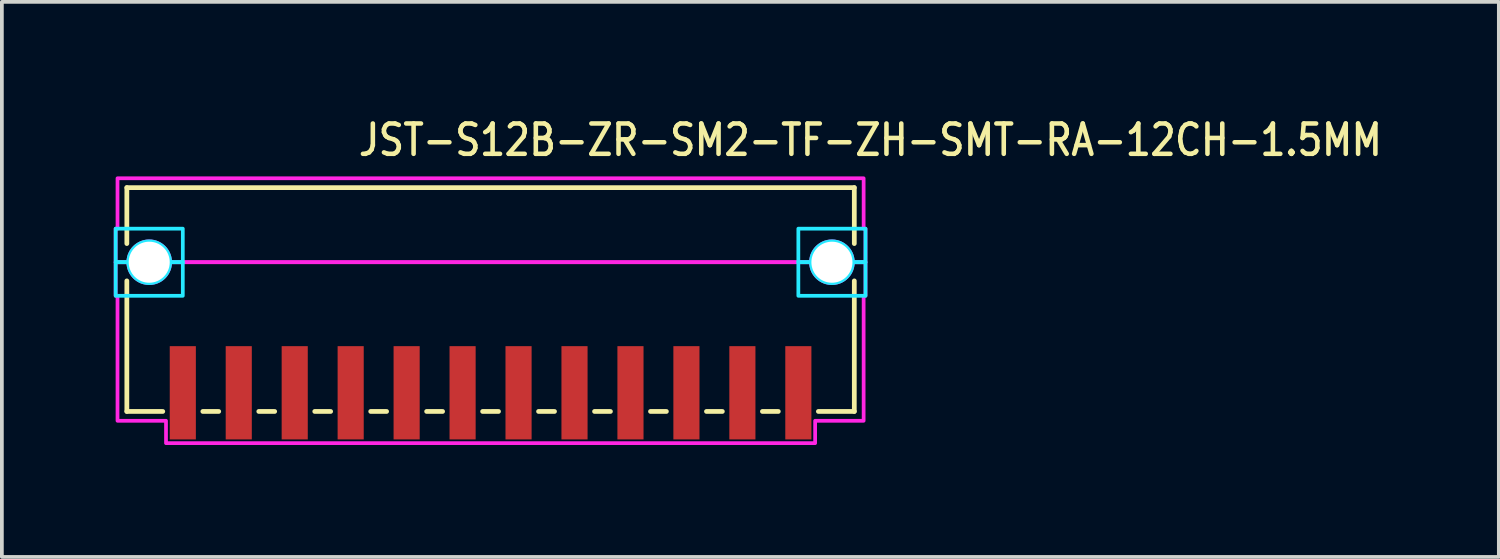
<source format=kicad_pcb>
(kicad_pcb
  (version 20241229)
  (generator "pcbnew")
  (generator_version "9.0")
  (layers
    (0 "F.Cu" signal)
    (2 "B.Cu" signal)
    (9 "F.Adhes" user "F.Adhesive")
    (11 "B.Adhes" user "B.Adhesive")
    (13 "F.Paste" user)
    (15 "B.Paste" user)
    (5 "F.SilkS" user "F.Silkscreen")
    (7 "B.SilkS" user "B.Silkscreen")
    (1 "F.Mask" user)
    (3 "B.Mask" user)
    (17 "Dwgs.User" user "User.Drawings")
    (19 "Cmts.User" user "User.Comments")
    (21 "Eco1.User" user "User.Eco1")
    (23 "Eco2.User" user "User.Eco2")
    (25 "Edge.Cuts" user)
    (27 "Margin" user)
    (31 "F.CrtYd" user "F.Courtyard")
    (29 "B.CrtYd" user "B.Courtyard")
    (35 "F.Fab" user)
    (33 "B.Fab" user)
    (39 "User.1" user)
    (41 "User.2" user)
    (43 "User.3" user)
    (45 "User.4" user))
  (footprint "JST-S12B-ZR-SM2-TF-ZH-SMT-RA-12CH-1.5MM"
    (layer "F.Cu")
    (at 10.1 3.979)
    (property "Reference" "JST-S12B-ZR-SM2-TF-ZH-SMT-RA-12CH-1.5MM" (at -3.6 -2.8 0) (unlocked yes) (layer "F.SilkS") (effects (font (size 0.813 0.695) (thickness 0.122)) (justify left bottom)))
    (fp_line (start -9.75 -2) (end -9.75 -0.5) (stroke (width 0.127) (type solid)) (layer "F.SilkS"))
    (fp_line (start -9.75 -2) (end 9.75 -2) (stroke (width 0.127) (type solid)) (layer "F.SilkS"))
    (fp_line (start -9.75 4) (end -9.75 0.5) (stroke (width 0.127) (type solid)) (layer "F.SilkS"))
    (fp_line (start -9.75 4) (end -8.787 4) (stroke (width 0.127) (type solid)) (layer "F.SilkS"))
    (fp_line (start -7.713 4) (end -7.287 4) (stroke (width 0.127) (type solid)) (layer "F.SilkS"))
    (fp_line (start -6.213 4) (end -5.787 4) (stroke (width 0.127) (type solid)) (layer "F.SilkS"))
    (fp_line (start -4.713 4) (end -4.287 4) (stroke (width 0.127) (type solid)) (layer "F.SilkS"))
    (fp_line (start -3.213 4) (end -2.787 4) (stroke (width 0.127) (type solid)) (layer "F.SilkS"))
    (fp_line (start -1.714 4) (end -1.286 4) (stroke (width 0.127) (type solid)) (layer "F.SilkS"))
    (fp_line (start -0.213 4) (end 0.213 4) (stroke (width 0.127) (type solid)) (layer "F.SilkS"))
    (fp_line (start 1.286 4) (end 1.714 4) (stroke (width 0.127) (type solid)) (layer "F.SilkS"))
    (fp_line (start 2.787 4) (end 3.213 4) (stroke (width 0.127) (type solid)) (layer "F.SilkS"))
    (fp_line (start 4.287 4) (end 4.713 4) (stroke (width 0.127) (type solid)) (layer "F.SilkS"))
    (fp_line (start 5.787 4) (end 6.213 4) (stroke (width 0.127) (type solid)) (layer "F.SilkS"))
    (fp_line (start 7.287 4) (end 7.713 4) (stroke (width 0.127) (type solid)) (layer "F.SilkS"))
    (fp_line (start 8.787 4) (end 9.75 4) (stroke (width 0.127) (type solid)) (layer "F.SilkS"))
    (fp_line (start 9.75 -0.5) (end 9.75 -2) (stroke (width 0.127) (type solid)) (layer "F.SilkS"))
    (fp_line (start 9.75 0.5) (end 9.75 4) (stroke (width 0.127) (type solid)) (layer "F.SilkS"))
    (fp_poly (pts (xy -8.25 -0.9) (xy -8.25 0) (xy -8.59 0) (xy -8.59 -0.000078) (xy -8.59 -0.009) (xy -8.59 -0.009) (xy -8.59 -0.018) (xy -8.59 -0.018) (xy -8.591 -0.026) (xy -8.591 -0.026) (xy -8.591 -0.035) (xy -8.591 -0.035) (xy -8.592 -0.044) (xy -8.592 -0.044) (xy -8.592 -0.053) (xy -8.592 -0.053) (xy -8.593 -0.061) (xy -8.593 -0.062) (xy -8.594 -0.07) (xy -8.594 -0.07) (xy -8.596 -0.079) (xy -8.596 -0.079) (xy -8.597 -0.088) (xy -8.597 -0.088) (xy -8.598 -0.096) (xy -8.598 -0.096) (xy -8.6 -0.105) (xy -8.6 -0.105) (xy -8.602 -0.113) (xy -8.602 -0.114) (xy -8.603 -0.122) (xy -8.604 -0.122) (xy -8.605 -0.131) (xy -8.605 -0.131) (xy -8.608 -0.139) (xy -8.608 -0.139) (xy -8.61 -0.148) (xy -8.61 -0.148) (xy -8.612 -0.156) (xy -8.612 -0.156) (xy -8.615 -0.165) (xy -8.615 -0.165) (xy -8.617 -0.173) (xy -8.617 -0.173) (xy -8.62 -0.181) (xy -8.62 -0.181) (xy -8.623 -0.19) (xy -8.623 -0.19) (xy -8.626 -0.198) (xy -8.626 -0.198) (xy -8.629 -0.206) (xy -8.629 -0.206) (xy -8.633 -0.214) (xy -8.633 -0.214) (xy -8.636 -0.222) (xy -8.636 -0.222) (xy -8.64 -0.23) (xy -8.64 -0.231) (xy -8.643 -0.238) (xy -8.643 -0.239) (xy -8.647 -0.246) (xy -8.647 -0.246) (xy -8.651 -0.254) (xy -8.651 -0.254) (xy -8.655 -0.262) (xy -8.655 -0.262) (xy -8.659 -0.27) (xy -8.659 -0.27) (xy -8.664 -0.277) (xy -8.664 -0.278) (xy -8.668 -0.285) (xy -8.668 -0.285) (xy -8.672 -0.293) (xy -8.673 -0.293) (xy -8.677 -0.3) (xy -8.677 -0.3) (xy -8.682 -0.307) (xy -8.682 -0.308) (xy -8.687 -0.315) (xy -8.687 -0.315) (xy -8.692 -0.322) (xy -8.692 -0.322) (xy -8.697 -0.329) (xy -8.697 -0.329) (xy -8.702 -0.336) (xy -8.702 -0.336) (xy -8.707 -0.343) (xy -8.708 -0.343) (xy -8.713 -0.35) (xy -8.713 -0.35) (xy -8.718 -0.357) (xy -8.719 -0.357) (xy -8.724 -0.364) (xy -8.724 -0.364) (xy -8.73 -0.37) (xy -8.73 -0.37) (xy -8.736 -0.377) (xy -8.736 -0.377) (xy -8.742 -0.383) (xy -8.742 -0.383) (xy -8.748 -0.39) (xy -8.748 -0.39) (xy -8.754 -0.396) (xy -8.754 -0.396) (xy -8.76 -0.402) (xy -8.76 -0.402) (xy -8.767 -0.408) (xy -8.767 -0.408) (xy -8.773 -0.414) (xy -8.773 -0.414) (xy -8.78 -0.42) (xy -8.78 -0.42) (xy -8.786 -0.426) (xy -8.786 -0.426) (xy -8.793 -0.431) (xy -8.793 -0.432) (xy -8.8 -0.437) (xy -8.8 -0.437) (xy -8.807 -0.442) (xy -8.807 -0.443) (xy -8.814 -0.448) (xy -8.814 -0.448) (xy -8.821 -0.453) (xy -8.821 -0.453) (xy -8.828 -0.458) (xy -8.828 -0.458) (xy -8.835 -0.463) (xy -8.835 -0.463) (xy -8.842 -0.468) (xy -8.843 -0.468) (xy -8.85 -0.473) (xy -8.85 -0.473) (xy -8.857 -0.477) (xy -8.857 -0.478) (xy -8.865 -0.482) (xy -8.865 -0.482) (xy -8.872 -0.486) (xy -8.873 -0.486) (xy -8.88 -0.491) (xy -8.88 -0.491) (xy -8.888 -0.495) (xy -8.888 -0.495) (xy -8.896 -0.499) (xy -8.896 -0.499) (xy -8.904 -0.503) (xy -8.904 -0.503) (xy -8.911 -0.507) (xy -8.912 -0.507) (xy -8.919 -0.51) (xy -8.92 -0.51) (xy -8.928 -0.514) (xy -8.928 -0.514) (xy -8.936 -0.517) (xy -8.936 -0.517) (xy -8.944 -0.521) (xy -8.944 -0.521) (xy -8.952 -0.524) (xy -8.952 -0.524) (xy -8.96 -0.527) (xy -8.96 -0.527) (xy -8.969 -0.53) (xy -8.969 -0.53) (xy -8.977 -0.533) (xy -8.977 -0.533) (xy -8.985 -0.535) (xy -8.985 -0.535) (xy -8.994 -0.538) (xy -8.994 -0.538) (xy -9.002 -0.54) (xy -9.002 -0.54) (xy -9.011 -0.542) (xy -9.011 -0.542) (xy -9.019 -0.545) (xy -9.019 -0.545) (xy -9.028 -0.546) (xy -9.028 -0.547) (xy -9.036 -0.548) (xy -9.037 -0.548) (xy -9.045 -0.55) (xy -9.045 -0.55) (xy -9.054 -0.552) (xy -9.054 -0.552) (xy -9.062 -0.553) (xy -9.062 -0.553) (xy -9.071 -0.554) (xy -9.071 -0.554) (xy -9.08 -0.556) (xy -9.08 -0.556) (xy -9.088 -0.557) (xy -9.089 -0.557) (xy -9.097 -0.558) (xy -9.097 -0.558) (xy -9.106 -0.558) (xy -9.106 -0.558) (xy -9.115 -0.559) (xy -9.115 -0.559) (xy -9.124 -0.559) (xy -9.124 -0.559) (xy -9.132 -0.56) (xy -9.132 -0.56) (xy -9.141 -0.56) (xy -9.141 -0.56) (xy -9.15 -0.56) (xy -9.15 -0.56) (xy -9.159 -0.56) (xy -9.159 -0.56) (xy -9.168 -0.56) (xy -9.168 -0.56) (xy -9.176 -0.559) (xy -9.176 -0.559) (xy -9.185 -0.559) (xy -9.185 -0.559) (xy -9.194 -0.558) (xy -9.194 -0.558) (xy -9.203 -0.558) (xy -9.203 -0.558) (xy -9.211 -0.557) (xy -9.212 -0.557) (xy -9.22 -0.556) (xy -9.22 -0.556) (xy -9.229 -0.554) (xy -9.229 -0.554) (xy -9.238 -0.553) (xy -9.238 -0.553) (xy -9.246 -0.552) (xy -9.246 -0.552) (xy -9.255 -0.55) (xy -9.255 -0.55) (xy -9.263 -0.548) (xy -9.264 -0.548) (xy -9.272 -0.547) (xy -9.272 -0.546) (xy -9.281 -0.545) (xy -9.281 -0.545) (xy -9.289 -0.542) (xy -9.289 -0.542) (xy -9.298 -0.54) (xy -9.298 -0.54) (xy -9.306 -0.538) (xy -9.306 -0.538) (xy -9.315 -0.535) (xy -9.315 -0.535) (xy -9.323 -0.533) (xy -9.323 -0.533) (xy -9.331 -0.53) (xy -9.331 -0.53) (xy -9.34 -0.527) (xy -9.34 -0.527) (xy -9.348 -0.524) (xy -9.348 -0.524) (xy -9.356 -0.521) (xy -9.356 -0.521) (xy -9.364 -0.517) (xy -9.364 -0.517) (xy -9.372 -0.514) (xy -9.372 -0.514) (xy -9.38 -0.51) (xy -9.381 -0.51) (xy -9.388 -0.507) (xy -9.389 -0.507) (xy -9.396 -0.503) (xy -9.396 -0.503) (xy -9.404 -0.499) (xy -9.404 -0.499) (xy -9.412 -0.495) (xy -9.412 -0.495) (xy -9.42 -0.491) (xy -9.42 -0.491) (xy -9.427 -0.486) (xy -9.428 -0.486) (xy -9.435 -0.482) (xy -9.435 -0.482) (xy -9.443 -0.478) (xy -9.443 -0.477) (xy -9.45 -0.473) (xy -9.45 -0.473) (xy -9.457 -0.468) (xy -9.458 -0.468) (xy -9.465 -0.463) (xy -9.465 -0.463) (xy -9.472 -0.458) (xy -9.472 -0.458) (xy -9.479 -0.453) (xy -9.479 -0.453) (xy -9.486 -0.448) (xy -9.486 -0.448) (xy -9.493 -0.443) (xy -9.493 -0.442) (xy -9.5 -0.437) (xy -9.5 -0.437) (xy -9.507 -0.432) (xy -9.507 -0.431) (xy -9.514 -0.426) (xy -9.514 -0.426) (xy -9.52 -0.42) (xy -9.52 -0.42) (xy -9.527 -0.414) (xy -9.527 -0.414) (xy -9.533 -0.408) (xy -9.533 -0.408) (xy -9.54 -0.402) (xy -9.54 -0.402) (xy -9.546 -0.396) (xy -9.546 -0.396) (xy -9.552 -0.39) (xy -9.552 -0.39) (xy -9.558 -0.383) (xy -9.558 -0.383) (xy -9.564 -0.377) (xy -9.564 -0.377) (xy -9.57 -0.37) (xy -9.57 -0.37) (xy -9.576 -0.364) (xy -9.576 -0.364) (xy -9.581 -0.357) (xy -9.582 -0.357) (xy -9.587 -0.35) (xy -9.587 -0.35) (xy -9.592 -0.343) (xy -9.593 -0.343) (xy -9.598 -0.336) (xy -9.598 -0.336) (xy -9.603 -0.329) (xy -9.603 -0.329) (xy -9.608 -0.322) (xy -9.608 -0.322) (xy -9.613 -0.315) (xy -9.613 -0.315) (xy -9.618 -0.308) (xy -9.618 -0.307) (xy -9.623 -0.3) (xy -9.623 -0.3) (xy -9.627 -0.293) (xy -9.628 -0.293) (xy -9.632 -0.285) (xy -9.632 -0.285) (xy -9.636 -0.278) (xy -9.636 -0.277) (xy -9.641 -0.27) (xy -9.641 -0.27) (xy -9.645 -0.262) (xy -9.645 -0.262) (xy -9.649 -0.254) (xy -9.649 -0.254) (xy -9.653 -0.246) (xy -9.653 -0.246) (xy -9.657 -0.239) (xy -9.657 -0.238) (xy -9.66 -0.231) (xy -9.66 -0.23) (xy -9.664 -0.222) (xy -9.664 -0.222) (xy -9.667 -0.214) (xy -9.667 -0.214) (xy -9.671 -0.206) (xy -9.671 -0.206) (xy -9.674 -0.198) (xy -9.674 -0.198) (xy -9.677 -0.19) (xy -9.677 -0.19) (xy -9.68 -0.181) (xy -9.68 -0.181) (xy -9.683 -0.173) (xy -9.683 -0.173) (xy -9.685 -0.165) (xy -9.685 -0.165) (xy -9.688 -0.156) (xy -9.688 -0.156) (xy -9.69 -0.148) (xy -9.69 -0.148) (xy -9.692 -0.139) (xy -9.692 -0.139) (xy -9.695 -0.131) (xy -9.695 -0.131) (xy -9.696 -0.122) (xy -9.697 -0.122) (xy -9.698 -0.114) (xy -9.698 -0.113) (xy -9.7 -0.105) (xy -9.7 -0.105) (xy -9.702 -0.096) (xy -9.702 -0.096) (xy -9.703 -0.088) (xy -9.703 -0.088) (xy -9.704 -0.079) (xy -9.704 -0.079) (xy -9.706 -0.07) (xy -9.706 -0.07) (xy -9.707 -0.062) (xy -9.707 -0.061) (xy -9.708 -0.053) (xy -9.708 -0.053) (xy -9.708 -0.044) (xy -9.708 -0.044) (xy -9.709 -0.035) (xy -9.709 -0.035) (xy -9.709 -0.026) (xy -9.709 -0.026) (xy -9.71 -0.018) (xy -9.71 -0.018) (xy -9.71 -0.009) (xy -9.71 -0.009) (xy -9.71 -0.000078) (xy -9.71 0) (xy -10.05 0) (xy -10.05 -0.9)) (stroke (width 0.1) (type solid)) (fill no) (layer "B.CrtYd"))
    (fp_poly (pts (xy -8.25 0) (xy -8.25 0.9) (xy -10.05 0.9) (xy -10.05 0) (xy -9.71 0) (xy -9.71 0.000078) (xy -9.71 0.009) (xy -9.71 0.009) (xy -9.71 0.018) (xy -9.71 0.018) (xy -9.709 0.026) (xy -9.709 0.026) (xy -9.709 0.035) (xy -9.709 0.035) (xy -9.708 0.044) (xy -9.708 0.044) (xy -9.708 0.053) (xy -9.708 0.053) (xy -9.707 0.061) (xy -9.707 0.062) (xy -9.706 0.07) (xy -9.706 0.07) (xy -9.704 0.079) (xy -9.704 0.079) (xy -9.703 0.088) (xy -9.703 0.088) (xy -9.702 0.096) (xy -9.702 0.096) (xy -9.7 0.105) (xy -9.7 0.105) (xy -9.698 0.113) (xy -9.698 0.114) (xy -9.697 0.122) (xy -9.696 0.122) (xy -9.695 0.131) (xy -9.695 0.131) (xy -9.692 0.139) (xy -9.692 0.139) (xy -9.69 0.148) (xy -9.69 0.148) (xy -9.688 0.156) (xy -9.688 0.156) (xy -9.685 0.165) (xy -9.685 0.165) (xy -9.683 0.173) (xy -9.683 0.173) (xy -9.68 0.181) (xy -9.68 0.181) (xy -9.677 0.19) (xy -9.677 0.19) (xy -9.674 0.198) (xy -9.674 0.198) (xy -9.671 0.206) (xy -9.671 0.206) (xy -9.667 0.214) (xy -9.667 0.214) (xy -9.664 0.222) (xy -9.664 0.222) (xy -9.66 0.23) (xy -9.66 0.231) (xy -9.657 0.238) (xy -9.657 0.239) (xy -9.653 0.246) (xy -9.653 0.246) (xy -9.649 0.254) (xy -9.649 0.254) (xy -9.645 0.262) (xy -9.645 0.262) (xy -9.641 0.27) (xy -9.641 0.27) (xy -9.636 0.277) (xy -9.636 0.278) (xy -9.632 0.285) (xy -9.632 0.285) (xy -9.628 0.293) (xy -9.627 0.293) (xy -9.623 0.3) (xy -9.623 0.3) (xy -9.618 0.307) (xy -9.618 0.308) (xy -9.613 0.315) (xy -9.613 0.315) (xy -9.608 0.322) (xy -9.608 0.322) (xy -9.603 0.329) (xy -9.603 0.329) (xy -9.598 0.336) (xy -9.598 0.336) (xy -9.593 0.343) (xy -9.592 0.343) (xy -9.587 0.35) (xy -9.587 0.35) (xy -9.582 0.357) (xy -9.581 0.357) (xy -9.576 0.364) (xy -9.576 0.364) (xy -9.57 0.37) (xy -9.57 0.37) (xy -9.564 0.377) (xy -9.564 0.377) (xy -9.558 0.383) (xy -9.558 0.383) (xy -9.552 0.39) (xy -9.552 0.39) (xy -9.546 0.396) (xy -9.546 0.396) (xy -9.54 0.402) (xy -9.54 0.402) (xy -9.533 0.408) (xy -9.533 0.408) (xy -9.527 0.414) (xy -9.527 0.414) (xy -9.52 0.42) (xy -9.52 0.42) (xy -9.514 0.426) (xy -9.514 0.426) (xy -9.507 0.431) (xy -9.507 0.432) (xy -9.5 0.437) (xy -9.5 0.437) (xy -9.493 0.442) (xy -9.493 0.443) (xy -9.486 0.448) (xy -9.486 0.448) (xy -9.479 0.453) (xy -9.479 0.453) (xy -9.472 0.458) (xy -9.472 0.458) (xy -9.465 0.463) (xy -9.465 0.463) (xy -9.458 0.468) (xy -9.457 0.468) (xy -9.45 0.473) (xy -9.45 0.473) (xy -9.443 0.477) (xy -9.443 0.478) (xy -9.435 0.482) (xy -9.435 0.482) (xy -9.428 0.486) (xy -9.427 0.486) (xy -9.42 0.491) (xy -9.42 0.491) (xy -9.412 0.495) (xy -9.412 0.495) (xy -9.404 0.499) (xy -9.404 0.499) (xy -9.396 0.503) (xy -9.396 0.503) (xy -9.389 0.507) (xy -9.388 0.507) (xy -9.381 0.51) (xy -9.38 0.51) (xy -9.372 0.514) (xy -9.372 0.514) (xy -9.364 0.517) (xy -9.364 0.517) (xy -9.356 0.521) (xy -9.356 0.521) (xy -9.348 0.524) (xy -9.348 0.524) (xy -9.34 0.527) (xy -9.34 0.527) (xy -9.331 0.53) (xy -9.331 0.53) (xy -9.323 0.533) (xy -9.323 0.533) (xy -9.315 0.535) (xy -9.315 0.535) (xy -9.306 0.538) (xy -9.306 0.538) (xy -9.298 0.54) (xy -9.298 0.54) (xy -9.289 0.542) (xy -9.289 0.542) (xy -9.281 0.545) (xy -9.281 0.545) (xy -9.272 0.546) (xy -9.272 0.547) (xy -9.264 0.548) (xy -9.263 0.548) (xy -9.255 0.55) (xy -9.255 0.55) (xy -9.246 0.552) (xy -9.246 0.552) (xy -9.238 0.553) (xy -9.238 0.553) (xy -9.229 0.554) (xy -9.229 0.554) (xy -9.22 0.556) (xy -9.22 0.556) (xy -9.212 0.557) (xy -9.211 0.557) (xy -9.203 0.558) (xy -9.203 0.558) (xy -9.194 0.558) (xy -9.194 0.558) (xy -9.185 0.559) (xy -9.185 0.559) (xy -9.176 0.559) (xy -9.176 0.559) (xy -9.168 0.56) (xy -9.168 0.56) (xy -9.159 0.56) (xy -9.159 0.56) (xy -9.15 0.56) (xy -9.15 0.56) (xy -9.141 0.56) (xy -9.141 0.56) (xy -9.132 0.56) (xy -9.132 0.56) (xy -9.124 0.559) (xy -9.124 0.559) (xy -9.115 0.559) (xy -9.115 0.559) (xy -9.106 0.558) (xy -9.106 0.558) (xy -9.097 0.558) (xy -9.097 0.558) (xy -9.089 0.557) (xy -9.088 0.557) (xy -9.08 0.556) (xy -9.08 0.556) (xy -9.071 0.554) (xy -9.071 0.554) (xy -9.062 0.553) (xy -9.062 0.553) (xy -9.054 0.552) (xy -9.054 0.552) (xy -9.045 0.55) (xy -9.045 0.55) (xy -9.037 0.548) (xy -9.036 0.548) (xy -9.028 0.547) (xy -9.028 0.546) (xy -9.019 0.545) (xy -9.019 0.545) (xy -9.011 0.542) (xy -9.011 0.542) (xy -9.002 0.54) (xy -9.002 0.54) (xy -8.994 0.538) (xy -8.994 0.538) (xy -8.985 0.535) (xy -8.985 0.535) (xy -8.977 0.533) (xy -8.977 0.533) (xy -8.969 0.53) (xy -8.969 0.53) (xy -8.96 0.527) (xy -8.96 0.527) (xy -8.952 0.524) (xy -8.952 0.524) (xy -8.944 0.521) (xy -8.944 0.521) (xy -8.936 0.517) (xy -8.936 0.517) (xy -8.928 0.514) (xy -8.928 0.514) (xy -8.92 0.51) (xy -8.919 0.51) (xy -8.912 0.507) (xy -8.911 0.507) (xy -8.904 0.503) (xy -8.904 0.503) (xy -8.896 0.499) (xy -8.896 0.499) (xy -8.888 0.495) (xy -8.888 0.495) (xy -8.88 0.491) (xy -8.88 0.491) (xy -8.873 0.486) (xy -8.872 0.486) (xy -8.865 0.482) (xy -8.865 0.482) (xy -8.857 0.478) (xy -8.857 0.477) (xy -8.85 0.473) (xy -8.85 0.473) (xy -8.843 0.468) (xy -8.842 0.468) (xy -8.835 0.463) (xy -8.835 0.463) (xy -8.828 0.458) (xy -8.828 0.458) (xy -8.821 0.453) (xy -8.821 0.453) (xy -8.814 0.448) (xy -8.814 0.448) (xy -8.807 0.443) (xy -8.807 0.442) (xy -8.8 0.437) (xy -8.8 0.437) (xy -8.793 0.432) (xy -8.793 0.431) (xy -8.786 0.426) (xy -8.786 0.426) (xy -8.78 0.42) (xy -8.78 0.42) (xy -8.773 0.414) (xy -8.773 0.414) (xy -8.767 0.408) (xy -8.767 0.408) (xy -8.76 0.402) (xy -8.76 0.402) (xy -8.754 0.396) (xy -8.754 0.396) (xy -8.748 0.39) (xy -8.748 0.39) (xy -8.742 0.383) (xy -8.742 0.383) (xy -8.736 0.377) (xy -8.736 0.377) (xy -8.73 0.37) (xy -8.73 0.37) (xy -8.724 0.364) (xy -8.724 0.364) (xy -8.719 0.357) (xy -8.718 0.357) (xy -8.713 0.35) (xy -8.713 0.35) (xy -8.708 0.343) (xy -8.707 0.343) (xy -8.702 0.336) (xy -8.702 0.336) (xy -8.697 0.329) (xy -8.697 0.329) (xy -8.692 0.322) (xy -8.692 0.322) (xy -8.687 0.315) (xy -8.687 0.315) (xy -8.682 0.308) (xy -8.682 0.307) (xy -8.677 0.3) (xy -8.677 0.3) (xy -8.673 0.293) (xy -8.672 0.293) (xy -8.668 0.285) (xy -8.668 0.285) (xy -8.664 0.278) (xy -8.664 0.277) (xy -8.659 0.27) (xy -8.659 0.27) (xy -8.655 0.262) (xy -8.655 0.262) (xy -8.651 0.254) (xy -8.651 0.254) (xy -8.647 0.246) (xy -8.647 0.246) (xy -8.643 0.239) (xy -8.643 0.238) (xy -8.64 0.231) (xy -8.64 0.23) (xy -8.636 0.222) (xy -8.636 0.222) (xy -8.633 0.214) (xy -8.633 0.214) (xy -8.629 0.206) (xy -8.629 0.206) (xy -8.626 0.198) (xy -8.626 0.198) (xy -8.623 0.19) (xy -8.623 0.19) (xy -8.62 0.181) (xy -8.62 0.181) (xy -8.617 0.173) (xy -8.617 0.173) (xy -8.615 0.165) (xy -8.615 0.165) (xy -8.612 0.156) (xy -8.612 0.156) (xy -8.61 0.148) (xy -8.61 0.148) (xy -8.608 0.139) (xy -8.608 0.139) (xy -8.605 0.131) (xy -8.605 0.131) (xy -8.604 0.122) (xy -8.603 0.122) (xy -8.602 0.114) (xy -8.602 0.113) (xy -8.6 0.105) (xy -8.6 0.105) (xy -8.598 0.096) (xy -8.598 0.096) (xy -8.597 0.088) (xy -8.597 0.088) (xy -8.596 0.079) (xy -8.596 0.079) (xy -8.594 0.07) (xy -8.594 0.07) (xy -8.593 0.062) (xy -8.593 0.061) (xy -8.592 0.053) (xy -8.592 0.053) (xy -8.592 0.044) (xy -8.592 0.044) (xy -8.591 0.035) (xy -8.591 0.035) (xy -8.591 0.026) (xy -8.591 0.026) (xy -8.59 0.018) (xy -8.59 0.018) (xy -8.59 0.009) (xy -8.59 0.009) (xy -8.59 0.000078) (xy -8.59 0)) (stroke (width 0.1) (type solid)) (fill no) (layer "B.CrtYd"))
    (fp_poly (pts (xy 8.25 0) (xy 8.25 -0.9) (xy 10.05 -0.9) (xy 10.05 0) (xy 9.71 0) (xy 9.71 -0.000078) (xy 9.71 -0.009) (xy 9.71 -0.009) (xy 9.71 -0.018) (xy 9.71 -0.018) (xy 9.709 -0.026) (xy 9.709 -0.026) (xy 9.709 -0.035) (xy 9.709 -0.035) (xy 9.708 -0.044) (xy 9.708 -0.044) (xy 9.708 -0.053) (xy 9.708 -0.053) (xy 9.707 -0.061) (xy 9.707 -0.062) (xy 9.706 -0.07) (xy 9.706 -0.07) (xy 9.704 -0.079) (xy 9.704 -0.079) (xy 9.703 -0.088) (xy 9.703 -0.088) (xy 9.702 -0.096) (xy 9.702 -0.096) (xy 9.7 -0.105) (xy 9.7 -0.105) (xy 9.698 -0.113) (xy 9.698 -0.114) (xy 9.697 -0.122) (xy 9.696 -0.122) (xy 9.695 -0.131) (xy 9.695 -0.131) (xy 9.692 -0.139) (xy 9.692 -0.139) (xy 9.69 -0.148) (xy 9.69 -0.148) (xy 9.688 -0.156) (xy 9.688 -0.156) (xy 9.685 -0.165) (xy 9.685 -0.165) (xy 9.683 -0.173) (xy 9.683 -0.173) (xy 9.68 -0.181) (xy 9.68 -0.181) (xy 9.677 -0.19) (xy 9.677 -0.19) (xy 9.674 -0.198) (xy 9.674 -0.198) (xy 9.671 -0.206) (xy 9.671 -0.206) (xy 9.667 -0.214) (xy 9.667 -0.214) (xy 9.664 -0.222) (xy 9.664 -0.222) (xy 9.66 -0.23) (xy 9.66 -0.231) (xy 9.657 -0.238) (xy 9.657 -0.239) (xy 9.653 -0.246) (xy 9.653 -0.246) (xy 9.649 -0.254) (xy 9.649 -0.254) (xy 9.645 -0.262) (xy 9.645 -0.262) (xy 9.641 -0.27) (xy 9.641 -0.27) (xy 9.636 -0.277) (xy 9.636 -0.278) (xy 9.632 -0.285) (xy 9.632 -0.285) (xy 9.628 -0.293) (xy 9.627 -0.293) (xy 9.623 -0.3) (xy 9.623 -0.3) (xy 9.618 -0.307) (xy 9.618 -0.308) (xy 9.613 -0.315) (xy 9.613 -0.315) (xy 9.608 -0.322) (xy 9.608 -0.322) (xy 9.603 -0.329) (xy 9.603 -0.329) (xy 9.598 -0.336) (xy 9.598 -0.336) (xy 9.593 -0.343) (xy 9.592 -0.343) (xy 9.587 -0.35) (xy 9.587 -0.35) (xy 9.582 -0.357) (xy 9.581 -0.357) (xy 9.576 -0.364) (xy 9.576 -0.364) (xy 9.57 -0.37) (xy 9.57 -0.37) (xy 9.564 -0.377) (xy 9.564 -0.377) (xy 9.558 -0.383) (xy 9.558 -0.383) (xy 9.552 -0.39) (xy 9.552 -0.39) (xy 9.546 -0.396) (xy 9.546 -0.396) (xy 9.54 -0.402) (xy 9.54 -0.402) (xy 9.533 -0.408) (xy 9.533 -0.408) (xy 9.527 -0.414) (xy 9.527 -0.414) (xy 9.52 -0.42) (xy 9.52 -0.42) (xy 9.514 -0.426) (xy 9.514 -0.426) (xy 9.507 -0.431) (xy 9.507 -0.432) (xy 9.5 -0.437) (xy 9.5 -0.437) (xy 9.493 -0.442) (xy 9.493 -0.443) (xy 9.486 -0.448) (xy 9.486 -0.448) (xy 9.479 -0.453) (xy 9.479 -0.453) (xy 9.472 -0.458) (xy 9.472 -0.458) (xy 9.465 -0.463) (xy 9.465 -0.463) (xy 9.458 -0.468) (xy 9.457 -0.468) (xy 9.45 -0.473) (xy 9.45 -0.473) (xy 9.443 -0.477) (xy 9.443 -0.478) (xy 9.435 -0.482) (xy 9.435 -0.482) (xy 9.428 -0.486) (xy 9.427 -0.486) (xy 9.42 -0.491) (xy 9.42 -0.491) (xy 9.412 -0.495) (xy 9.412 -0.495) (xy 9.404 -0.499) (xy 9.404 -0.499) (xy 9.396 -0.503) (xy 9.396 -0.503) (xy 9.389 -0.507) (xy 9.388 -0.507) (xy 9.381 -0.51) (xy 9.38 -0.51) (xy 9.372 -0.514) (xy 9.372 -0.514) (xy 9.364 -0.517) (xy 9.364 -0.517) (xy 9.356 -0.521) (xy 9.356 -0.521) (xy 9.348 -0.524) (xy 9.348 -0.524) (xy 9.34 -0.527) (xy 9.34 -0.527) (xy 9.331 -0.53) (xy 9.331 -0.53) (xy 9.323 -0.533) (xy 9.323 -0.533) (xy 9.315 -0.535) (xy 9.315 -0.535) (xy 9.306 -0.538) (xy 9.306 -0.538) (xy 9.298 -0.54) (xy 9.298 -0.54) (xy 9.289 -0.542) (xy 9.289 -0.542) (xy 9.281 -0.545) (xy 9.281 -0.545) (xy 9.272 -0.546) (xy 9.272 -0.547) (xy 9.264 -0.548) (xy 9.263 -0.548) (xy 9.255 -0.55) (xy 9.255 -0.55) (xy 9.246 -0.552) (xy 9.246 -0.552) (xy 9.238 -0.553) (xy 9.238 -0.553) (xy 9.229 -0.554) (xy 9.229 -0.554) (xy 9.22 -0.556) (xy 9.22 -0.556) (xy 9.212 -0.557) (xy 9.211 -0.557) (xy 9.203 -0.558) (xy 9.203 -0.558) (xy 9.194 -0.558) (xy 9.194 -0.558) (xy 9.185 -0.559) (xy 9.185 -0.559) (xy 9.176 -0.559) (xy 9.176 -0.559) (xy 9.168 -0.56) (xy 9.168 -0.56) (xy 9.159 -0.56) (xy 9.159 -0.56) (xy 9.15 -0.56) (xy 9.15 -0.56) (xy 9.141 -0.56) (xy 9.141 -0.56) (xy 9.132 -0.56) (xy 9.132 -0.56) (xy 9.124 -0.559) (xy 9.124 -0.559) (xy 9.115 -0.559) (xy 9.115 -0.559) (xy 9.106 -0.558) (xy 9.106 -0.558) (xy 9.097 -0.558) (xy 9.097 -0.558) (xy 9.089 -0.557) (xy 9.088 -0.557) (xy 9.08 -0.556) (xy 9.08 -0.556) (xy 9.071 -0.554) (xy 9.071 -0.554) (xy 9.062 -0.553) (xy 9.062 -0.553) (xy 9.054 -0.552) (xy 9.054 -0.552) (xy 9.045 -0.55) (xy 9.045 -0.55) (xy 9.037 -0.548) (xy 9.036 -0.548) (xy 9.028 -0.547) (xy 9.028 -0.546) (xy 9.019 -0.545) (xy 9.019 -0.545) (xy 9.011 -0.542) (xy 9.011 -0.542) (xy 9.002 -0.54) (xy 9.002 -0.54) (xy 8.994 -0.538) (xy 8.994 -0.538) (xy 8.985 -0.535) (xy 8.985 -0.535) (xy 8.977 -0.533) (xy 8.977 -0.533) (xy 8.969 -0.53) (xy 8.969 -0.53) (xy 8.96 -0.527) (xy 8.96 -0.527) (xy 8.952 -0.524) (xy 8.952 -0.524) (xy 8.944 -0.521) (xy 8.944 -0.521) (xy 8.936 -0.517) (xy 8.936 -0.517) (xy 8.928 -0.514) (xy 8.928 -0.514) (xy 8.92 -0.51) (xy 8.919 -0.51) (xy 8.912 -0.507) (xy 8.911 -0.507) (xy 8.904 -0.503) (xy 8.904 -0.503) (xy 8.896 -0.499) (xy 8.896 -0.499) (xy 8.888 -0.495) (xy 8.888 -0.495) (xy 8.88 -0.491) (xy 8.88 -0.491) (xy 8.873 -0.486) (xy 8.872 -0.486) (xy 8.865 -0.482) (xy 8.865 -0.482) (xy 8.857 -0.478) (xy 8.857 -0.477) (xy 8.85 -0.473) (xy 8.85 -0.473) (xy 8.843 -0.468) (xy 8.842 -0.468) (xy 8.835 -0.463) (xy 8.835 -0.463) (xy 8.828 -0.458) (xy 8.828 -0.458) (xy 8.821 -0.453) (xy 8.821 -0.453) (xy 8.814 -0.448) (xy 8.814 -0.448) (xy 8.807 -0.443) (xy 8.807 -0.442) (xy 8.8 -0.437) (xy 8.8 -0.437) (xy 8.793 -0.432) (xy 8.793 -0.431) (xy 8.786 -0.426) (xy 8.786 -0.426) (xy 8.78 -0.42) (xy 8.78 -0.42) (xy 8.773 -0.414) (xy 8.773 -0.414) (xy 8.767 -0.408) (xy 8.767 -0.408) (xy 8.76 -0.402) (xy 8.76 -0.402) (xy 8.754 -0.396) (xy 8.754 -0.396) (xy 8.748 -0.39) (xy 8.748 -0.39) (xy 8.742 -0.383) (xy 8.742 -0.383) (xy 8.736 -0.377) (xy 8.736 -0.377) (xy 8.73 -0.37) (xy 8.73 -0.37) (xy 8.724 -0.364) (xy 8.724 -0.364) (xy 8.719 -0.357) (xy 8.718 -0.357) (xy 8.713 -0.35) (xy 8.713 -0.35) (xy 8.708 -0.343) (xy 8.707 -0.343) (xy 8.702 -0.336) (xy 8.702 -0.336) (xy 8.697 -0.329) (xy 8.697 -0.329) (xy 8.692 -0.322) (xy 8.692 -0.322) (xy 8.687 -0.315) (xy 8.687 -0.315) (xy 8.682 -0.308) (xy 8.682 -0.307) (xy 8.677 -0.3) (xy 8.677 -0.3) (xy 8.673 -0.293) (xy 8.672 -0.293) (xy 8.668 -0.285) (xy 8.668 -0.285) (xy 8.664 -0.278) (xy 8.664 -0.277) (xy 8.659 -0.27) (xy 8.659 -0.27) (xy 8.655 -0.262) (xy 8.655 -0.262) (xy 8.651 -0.254) (xy 8.651 -0.254) (xy 8.647 -0.246) (xy 8.647 -0.246) (xy 8.643 -0.239) (xy 8.643 -0.238) (xy 8.64 -0.231) (xy 8.64 -0.23) (xy 8.636 -0.222) (xy 8.636 -0.222) (xy 8.633 -0.214) (xy 8.633 -0.214) (xy 8.629 -0.206) (xy 8.629 -0.206) (xy 8.626 -0.198) (xy 8.626 -0.198) (xy 8.623 -0.19) (xy 8.623 -0.19) (xy 8.62 -0.181) (xy 8.62 -0.181) (xy 8.617 -0.173) (xy 8.617 -0.173) (xy 8.615 -0.165) (xy 8.615 -0.165) (xy 8.612 -0.156) (xy 8.612 -0.156) (xy 8.61 -0.148) (xy 8.61 -0.148) (xy 8.608 -0.139) (xy 8.608 -0.139) (xy 8.605 -0.131) (xy 8.605 -0.131) (xy 8.604 -0.122) (xy 8.603 -0.122) (xy 8.602 -0.114) (xy 8.602 -0.113) (xy 8.6 -0.105) (xy 8.6 -0.105) (xy 8.598 -0.096) (xy 8.598 -0.096) (xy 8.597 -0.088) (xy 8.597 -0.088) (xy 8.596 -0.079) (xy 8.596 -0.079) (xy 8.594 -0.07) (xy 8.594 -0.07) (xy 8.593 -0.062) (xy 8.593 -0.061) (xy 8.592 -0.053) (xy 8.592 -0.053) (xy 8.592 -0.044) (xy 8.592 -0.044) (xy 8.591 -0.035) (xy 8.591 -0.035) (xy 8.591 -0.026) (xy 8.591 -0.026) (xy 8.59 -0.018) (xy 8.59 -0.018) (xy 8.59 -0.009) (xy 8.59 -0.009) (xy 8.59 -0.000078) (xy 8.59 0)) (stroke (width 0.1) (type solid)) (fill no) (layer "B.CrtYd"))
    (fp_poly (pts (xy 10.05 0.9) (xy 8.25 0.9) (xy 8.25 0) (xy 8.59 0) (xy 8.59 0.000078) (xy 8.59 0.009) (xy 8.59 0.009) (xy 8.59 0.018) (xy 8.59 0.018) (xy 8.591 0.026) (xy 8.591 0.026) (xy 8.591 0.035) (xy 8.591 0.035) (xy 8.592 0.044) (xy 8.592 0.044) (xy 8.592 0.053) (xy 8.592 0.053) (xy 8.593 0.061) (xy 8.593 0.062) (xy 8.594 0.07) (xy 8.594 0.07) (xy 8.596 0.079) (xy 8.596 0.079) (xy 8.597 0.088) (xy 8.597 0.088) (xy 8.598 0.096) (xy 8.598 0.096) (xy 8.6 0.105) (xy 8.6 0.105) (xy 8.602 0.113) (xy 8.602 0.114) (xy 8.603 0.122) (xy 8.604 0.122) (xy 8.605 0.131) (xy 8.605 0.131) (xy 8.608 0.139) (xy 8.608 0.139) (xy 8.61 0.148) (xy 8.61 0.148) (xy 8.612 0.156) (xy 8.612 0.156) (xy 8.615 0.165) (xy 8.615 0.165) (xy 8.617 0.173) (xy 8.617 0.173) (xy 8.62 0.181) (xy 8.62 0.181) (xy 8.623 0.19) (xy 8.623 0.19) (xy 8.626 0.198) (xy 8.626 0.198) (xy 8.629 0.206) (xy 8.629 0.206) (xy 8.633 0.214) (xy 8.633 0.214) (xy 8.636 0.222) (xy 8.636 0.222) (xy 8.64 0.23) (xy 8.64 0.231) (xy 8.643 0.238) (xy 8.643 0.239) (xy 8.647 0.246) (xy 8.647 0.246) (xy 8.651 0.254) (xy 8.651 0.254) (xy 8.655 0.262) (xy 8.655 0.262) (xy 8.659 0.27) (xy 8.659 0.27) (xy 8.664 0.277) (xy 8.664 0.278) (xy 8.668 0.285) (xy 8.668 0.285) (xy 8.672 0.293) (xy 8.673 0.293) (xy 8.677 0.3) (xy 8.677 0.3) (xy 8.682 0.307) (xy 8.682 0.308) (xy 8.687 0.315) (xy 8.687 0.315) (xy 8.692 0.322) (xy 8.692 0.322) (xy 8.697 0.329) (xy 8.697 0.329) (xy 8.702 0.336) (xy 8.702 0.336) (xy 8.707 0.343) (xy 8.708 0.343) (xy 8.713 0.35) (xy 8.713 0.35) (xy 8.718 0.357) (xy 8.719 0.357) (xy 8.724 0.364) (xy 8.724 0.364) (xy 8.73 0.37) (xy 8.73 0.37) (xy 8.736 0.377) (xy 8.736 0.377) (xy 8.742 0.383) (xy 8.742 0.383) (xy 8.748 0.39) (xy 8.748 0.39) (xy 8.754 0.396) (xy 8.754 0.396) (xy 8.76 0.402) (xy 8.76 0.402) (xy 8.767 0.408) (xy 8.767 0.408) (xy 8.773 0.414) (xy 8.773 0.414) (xy 8.78 0.42) (xy 8.78 0.42) (xy 8.786 0.426) (xy 8.786 0.426) (xy 8.793 0.431) (xy 8.793 0.432) (xy 8.8 0.437) (xy 8.8 0.437) (xy 8.807 0.442) (xy 8.807 0.443) (xy 8.814 0.448) (xy 8.814 0.448) (xy 8.821 0.453) (xy 8.821 0.453) (xy 8.828 0.458) (xy 8.828 0.458) (xy 8.835 0.463) (xy 8.835 0.463) (xy 8.842 0.468) (xy 8.843 0.468) (xy 8.85 0.473) (xy 8.85 0.473) (xy 8.857 0.477) (xy 8.857 0.478) (xy 8.865 0.482) (xy 8.865 0.482) (xy 8.872 0.486) (xy 8.873 0.486) (xy 8.88 0.491) (xy 8.88 0.491) (xy 8.888 0.495) (xy 8.888 0.495) (xy 8.896 0.499) (xy 8.896 0.499) (xy 8.904 0.503) (xy 8.904 0.503) (xy 8.911 0.507) (xy 8.912 0.507) (xy 8.919 0.51) (xy 8.92 0.51) (xy 8.928 0.514) (xy 8.928 0.514) (xy 8.936 0.517) (xy 8.936 0.517) (xy 8.944 0.521) (xy 8.944 0.521) (xy 8.952 0.524) (xy 8.952 0.524) (xy 8.96 0.527) (xy 8.96 0.527) (xy 8.969 0.53) (xy 8.969 0.53) (xy 8.977 0.533) (xy 8.977 0.533) (xy 8.985 0.535) (xy 8.985 0.535) (xy 8.994 0.538) (xy 8.994 0.538) (xy 9.002 0.54) (xy 9.002 0.54) (xy 9.011 0.542) (xy 9.011 0.542) (xy 9.019 0.545) (xy 9.019 0.545) (xy 9.028 0.546) (xy 9.028 0.547) (xy 9.036 0.548) (xy 9.037 0.548) (xy 9.045 0.55) (xy 9.045 0.55) (xy 9.054 0.552) (xy 9.054 0.552) (xy 9.062 0.553) (xy 9.062 0.553) (xy 9.071 0.554) (xy 9.071 0.554) (xy 9.08 0.556) (xy 9.08 0.556) (xy 9.088 0.557) (xy 9.089 0.557) (xy 9.097 0.558) (xy 9.097 0.558) (xy 9.106 0.558) (xy 9.106 0.558) (xy 9.115 0.559) (xy 9.115 0.559) (xy 9.124 0.559) (xy 9.124 0.559) (xy 9.132 0.56) (xy 9.132 0.56) (xy 9.141 0.56) (xy 9.141 0.56) (xy 9.15 0.56) (xy 9.15 0.56) (xy 9.159 0.56) (xy 9.159 0.56) (xy 9.168 0.56) (xy 9.168 0.56) (xy 9.176 0.559) (xy 9.176 0.559) (xy 9.185 0.559) (xy 9.185 0.559) (xy 9.194 0.558) (xy 9.194 0.558) (xy 9.203 0.558) (xy 9.203 0.558) (xy 9.211 0.557) (xy 9.212 0.557) (xy 9.22 0.556) (xy 9.22 0.556) (xy 9.229 0.554) (xy 9.229 0.554) (xy 9.238 0.553) (xy 9.238 0.553) (xy 9.246 0.552) (xy 9.246 0.552) (xy 9.255 0.55) (xy 9.255 0.55) (xy 9.263 0.548) (xy 9.264 0.548) (xy 9.272 0.547) (xy 9.272 0.546) (xy 9.281 0.545) (xy 9.281 0.545) (xy 9.289 0.542) (xy 9.289 0.542) (xy 9.298 0.54) (xy 9.298 0.54) (xy 9.306 0.538) (xy 9.306 0.538) (xy 9.315 0.535) (xy 9.315 0.535) (xy 9.323 0.533) (xy 9.323 0.533) (xy 9.331 0.53) (xy 9.331 0.53) (xy 9.34 0.527) (xy 9.34 0.527) (xy 9.348 0.524) (xy 9.348 0.524) (xy 9.356 0.521) (xy 9.356 0.521) (xy 9.364 0.517) (xy 9.364 0.517) (xy 9.372 0.514) (xy 9.372 0.514) (xy 9.38 0.51) (xy 9.381 0.51) (xy 9.388 0.507) (xy 9.389 0.507) (xy 9.396 0.503) (xy 9.396 0.503) (xy 9.404 0.499) (xy 9.404 0.499) (xy 9.412 0.495) (xy 9.412 0.495) (xy 9.42 0.491) (xy 9.42 0.491) (xy 9.427 0.486) (xy 9.428 0.486) (xy 9.435 0.482) (xy 9.435 0.482) (xy 9.443 0.478) (xy 9.443 0.477) (xy 9.45 0.473) (xy 9.45 0.473) (xy 9.457 0.468) (xy 9.458 0.468) (xy 9.465 0.463) (xy 9.465 0.463) (xy 9.472 0.458) (xy 9.472 0.458) (xy 9.479 0.453) (xy 9.479 0.453) (xy 9.486 0.448) (xy 9.486 0.448) (xy 9.493 0.443) (xy 9.493 0.442) (xy 9.5 0.437) (xy 9.5 0.437) (xy 9.507 0.432) (xy 9.507 0.431) (xy 9.514 0.426) (xy 9.514 0.426) (xy 9.52 0.42) (xy 9.52 0.42) (xy 9.527 0.414) (xy 9.527 0.414) (xy 9.533 0.408) (xy 9.533 0.408) (xy 9.54 0.402) (xy 9.54 0.402) (xy 9.546 0.396) (xy 9.546 0.396) (xy 9.552 0.39) (xy 9.552 0.39) (xy 9.558 0.383) (xy 9.558 0.383) (xy 9.564 0.377) (xy 9.564 0.377) (xy 9.57 0.37) (xy 9.57 0.37) (xy 9.576 0.364) (xy 9.576 0.364) (xy 9.581 0.357) (xy 9.582 0.357) (xy 9.587 0.35) (xy 9.587 0.35) (xy 9.592 0.343) (xy 9.593 0.343) (xy 9.598 0.336) (xy 9.598 0.336) (xy 9.603 0.329) (xy 9.603 0.329) (xy 9.608 0.322) (xy 9.608 0.322) (xy 9.613 0.315) (xy 9.613 0.315) (xy 9.618 0.308) (xy 9.618 0.307) (xy 9.623 0.3) (xy 9.623 0.3) (xy 9.627 0.293) (xy 9.628 0.293) (xy 9.632 0.285) (xy 9.632 0.285) (xy 9.636 0.278) (xy 9.636 0.277) (xy 9.641 0.27) (xy 9.641 0.27) (xy 9.645 0.262) (xy 9.645 0.262) (xy 9.649 0.254) (xy 9.649 0.254) (xy 9.653 0.246) (xy 9.653 0.246) (xy 9.657 0.239) (xy 9.657 0.238) (xy 9.66 0.231) (xy 9.66 0.23) (xy 9.664 0.222) (xy 9.664 0.222) (xy 9.667 0.214) (xy 9.667 0.214) (xy 9.671 0.206) (xy 9.671 0.206) (xy 9.674 0.198) (xy 9.674 0.198) (xy 9.677 0.19) (xy 9.677 0.19) (xy 9.68 0.181) (xy 9.68 0.181) (xy 9.683 0.173) (xy 9.683 0.173) (xy 9.685 0.165) (xy 9.685 0.165) (xy 9.688 0.156) (xy 9.688 0.156) (xy 9.69 0.148) (xy 9.69 0.148) (xy 9.692 0.139) (xy 9.692 0.139) (xy 9.695 0.131) (xy 9.695 0.131) (xy 9.696 0.122) (xy 9.697 0.122) (xy 9.698 0.114) (xy 9.698 0.113) (xy 9.7 0.105) (xy 9.7 0.105) (xy 9.702 0.096) (xy 9.702 0.096) (xy 9.703 0.088) (xy 9.703 0.088) (xy 9.704 0.079) (xy 9.704 0.079) (xy 9.706 0.07) (xy 9.706 0.07) (xy 9.707 0.062) (xy 9.707 0.061) (xy 9.708 0.053) (xy 9.708 0.053) (xy 9.708 0.044) (xy 9.708 0.044) (xy 9.709 0.035) (xy 9.709 0.035) (xy 9.709 0.026) (xy 9.709 0.026) (xy 9.71 0.018) (xy 9.71 0.018) (xy 9.71 0.009) (xy 9.71 0.009) (xy 9.71 0.000078) (xy 9.71 0) (xy 10.05 0)) (stroke (width 0.1) (type solid)) (fill no) (layer "B.CrtYd"))
    (fp_poly (pts (xy 10 -2.25) (xy 10 -0.9) (xy 10.05 -0.9) (xy 10.05 0) (xy 9.71 0) (xy 9.71 -0.000078) (xy 9.71 -0.009) (xy 9.71 -0.009) (xy 9.71 -0.018) (xy 9.71 -0.018) (xy 9.709 -0.026) (xy 9.709 -0.026) (xy 9.709 -0.035) (xy 9.709 -0.035) (xy 9.708 -0.044) (xy 9.708 -0.044) (xy 9.708 -0.053) (xy 9.708 -0.053) (xy 9.707 -0.061) (xy 9.707 -0.062) (xy 9.706 -0.07) (xy 9.706 -0.07) (xy 9.704 -0.079) (xy 9.704 -0.079) (xy 9.703 -0.088) (xy 9.703 -0.088) (xy 9.702 -0.096) (xy 9.702 -0.096) (xy 9.7 -0.105) (xy 9.7 -0.105) (xy 9.698 -0.113) (xy 9.698 -0.114) (xy 9.697 -0.122) (xy 9.696 -0.122) (xy 9.695 -0.131) (xy 9.695 -0.131) (xy 9.692 -0.139) (xy 9.692 -0.139) (xy 9.69 -0.148) (xy 9.69 -0.148) (xy 9.688 -0.156) (xy 9.688 -0.156) (xy 9.685 -0.165) (xy 9.685 -0.165) (xy 9.683 -0.173) (xy 9.683 -0.173) (xy 9.68 -0.181) (xy 9.68 -0.181) (xy 9.677 -0.19) (xy 9.677 -0.19) (xy 9.674 -0.198) (xy 9.674 -0.198) (xy 9.671 -0.206) (xy 9.671 -0.206) (xy 9.667 -0.214) (xy 9.667 -0.214) (xy 9.664 -0.222) (xy 9.664 -0.222) (xy 9.66 -0.23) (xy 9.66 -0.231) (xy 9.657 -0.238) (xy 9.657 -0.239) (xy 9.653 -0.246) (xy 9.653 -0.246) (xy 9.649 -0.254) (xy 9.649 -0.254) (xy 9.645 -0.262) (xy 9.645 -0.262) (xy 9.641 -0.27) (xy 9.641 -0.27) (xy 9.636 -0.277) (xy 9.636 -0.278) (xy 9.632 -0.285) (xy 9.632 -0.285) (xy 9.628 -0.293) (xy 9.627 -0.293) (xy 9.623 -0.3) (xy 9.623 -0.3) (xy 9.618 -0.307) (xy 9.618 -0.308) (xy 9.613 -0.315) (xy 9.613 -0.315) (xy 9.608 -0.322) (xy 9.608 -0.322) (xy 9.603 -0.329) (xy 9.603 -0.329) (xy 9.598 -0.336) (xy 9.598 -0.336) (xy 9.593 -0.343) (xy 9.592 -0.343) (xy 9.587 -0.35) (xy 9.587 -0.35) (xy 9.582 -0.357) (xy 9.581 -0.357) (xy 9.576 -0.364) (xy 9.576 -0.364) (xy 9.57 -0.37) (xy 9.57 -0.37) (xy 9.564 -0.377) (xy 9.564 -0.377) (xy 9.558 -0.383) (xy 9.558 -0.383) (xy 9.552 -0.39) (xy 9.552 -0.39) (xy 9.546 -0.396) (xy 9.546 -0.396) (xy 9.54 -0.402) (xy 9.54 -0.402) (xy 9.533 -0.408) (xy 9.533 -0.408) (xy 9.527 -0.414) (xy 9.527 -0.414) (xy 9.52 -0.42) (xy 9.52 -0.42) (xy 9.514 -0.426) (xy 9.514 -0.426) (xy 9.507 -0.431) (xy 9.507 -0.432) (xy 9.5 -0.437) (xy 9.5 -0.437) (xy 9.493 -0.442) (xy 9.493 -0.443) (xy 9.486 -0.448) (xy 9.486 -0.448) (xy 9.479 -0.453) (xy 9.479 -0.453) (xy 9.472 -0.458) (xy 9.472 -0.458) (xy 9.465 -0.463) (xy 9.465 -0.463) (xy 9.458 -0.468) (xy 9.457 -0.468) (xy 9.45 -0.473) (xy 9.45 -0.473) (xy 9.443 -0.477) (xy 9.443 -0.478) (xy 9.435 -0.482) (xy 9.435 -0.482) (xy 9.428 -0.486) (xy 9.427 -0.486) (xy 9.42 -0.491) (xy 9.42 -0.491) (xy 9.412 -0.495) (xy 9.412 -0.495) (xy 9.404 -0.499) (xy 9.404 -0.499) (xy 9.396 -0.503) (xy 9.396 -0.503) (xy 9.389 -0.507) (xy 9.388 -0.507) (xy 9.381 -0.51) (xy 9.38 -0.51) (xy 9.372 -0.514) (xy 9.372 -0.514) (xy 9.364 -0.517) (xy 9.364 -0.517) (xy 9.356 -0.521) (xy 9.356 -0.521) (xy 9.348 -0.524) (xy 9.348 -0.524) (xy 9.34 -0.527) (xy 9.34 -0.527) (xy 9.331 -0.53) (xy 9.331 -0.53) (xy 9.323 -0.533) (xy 9.323 -0.533) (xy 9.315 -0.535) (xy 9.315 -0.535) (xy 9.306 -0.538) (xy 9.306 -0.538) (xy 9.298 -0.54) (xy 9.298 -0.54) (xy 9.289 -0.542) (xy 9.289 -0.542) (xy 9.281 -0.545) (xy 9.281 -0.545) (xy 9.272 -0.546) (xy 9.272 -0.547) (xy 9.264 -0.548) (xy 9.263 -0.548) (xy 9.255 -0.55) (xy 9.255 -0.55) (xy 9.246 -0.552) (xy 9.246 -0.552) (xy 9.238 -0.553) (xy 9.238 -0.553) (xy 9.229 -0.554) (xy 9.229 -0.554) (xy 9.22 -0.556) (xy 9.22 -0.556) (xy 9.212 -0.557) (xy 9.211 -0.557) (xy 9.203 -0.558) (xy 9.203 -0.558) (xy 9.194 -0.558) (xy 9.194 -0.558) (xy 9.185 -0.559) (xy 9.185 -0.559) (xy 9.176 -0.559) (xy 9.176 -0.559) (xy 9.168 -0.56) (xy 9.168 -0.56) (xy 9.159 -0.56) (xy 9.159 -0.56) (xy 9.15 -0.56) (xy 9.15 -0.56) (xy 9.141 -0.56) (xy 9.141 -0.56) (xy 9.132 -0.56) (xy 9.132 -0.56) (xy 9.124 -0.559) (xy 9.124 -0.559) (xy 9.115 -0.559) (xy 9.115 -0.559) (xy 9.106 -0.558) (xy 9.106 -0.558) (xy 9.097 -0.558) (xy 9.097 -0.558) (xy 9.089 -0.557) (xy 9.088 -0.557) (xy 9.08 -0.556) (xy 9.08 -0.556) (xy 9.071 -0.554) (xy 9.071 -0.554) (xy 9.062 -0.553) (xy 9.062 -0.553) (xy 9.054 -0.552) (xy 9.054 -0.552) (xy 9.045 -0.55) (xy 9.045 -0.55) (xy 9.037 -0.548) (xy 9.036 -0.548) (xy 9.028 -0.547) (xy 9.028 -0.546) (xy 9.019 -0.545) (xy 9.019 -0.545) (xy 9.011 -0.542) (xy 9.011 -0.542) (xy 9.002 -0.54) (xy 9.002 -0.54) (xy 8.994 -0.538) (xy 8.994 -0.538) (xy 8.985 -0.535) (xy 8.985 -0.535) (xy 8.977 -0.533) (xy 8.977 -0.533) (xy 8.969 -0.53) (xy 8.969 -0.53) (xy 8.96 -0.527) (xy 8.96 -0.527) (xy 8.952 -0.524) (xy 8.952 -0.524) (xy 8.944 -0.521) (xy 8.944 -0.521) (xy 8.936 -0.517) (xy 8.936 -0.517) (xy 8.928 -0.514) (xy 8.928 -0.514) (xy 8.92 -0.51) (xy 8.919 -0.51) (xy 8.912 -0.507) (xy 8.911 -0.507) (xy 8.904 -0.503) (xy 8.904 -0.503) (xy 8.896 -0.499) (xy 8.896 -0.499) (xy 8.888 -0.495) (xy 8.888 -0.495) (xy 8.88 -0.491) (xy 8.88 -0.491) (xy 8.873 -0.486) (xy 8.872 -0.486) (xy 8.865 -0.482) (xy 8.865 -0.482) (xy 8.857 -0.478) (xy 8.857 -0.477) (xy 8.85 -0.473) (xy 8.85 -0.473) (xy 8.843 -0.468) (xy 8.842 -0.468) (xy 8.835 -0.463) (xy 8.835 -0.463) (xy 8.828 -0.458) (xy 8.828 -0.458) (xy 8.821 -0.453) (xy 8.821 -0.453) (xy 8.814 -0.448) (xy 8.814 -0.448) (xy 8.807 -0.443) (xy 8.807 -0.442) (xy 8.8 -0.437) (xy 8.8 -0.437) (xy 8.793 -0.432) (xy 8.793 -0.431) (xy 8.786 -0.426) (xy 8.786 -0.426) (xy 8.78 -0.42) (xy 8.78 -0.42) (xy 8.773 -0.414) (xy 8.773 -0.414) (xy 8.767 -0.408) (xy 8.767 -0.408) (xy 8.76 -0.402) (xy 8.76 -0.402) (xy 8.754 -0.396) (xy 8.754 -0.396) (xy 8.748 -0.39) (xy 8.748 -0.39) (xy 8.742 -0.383) (xy 8.742 -0.383) (xy 8.736 -0.377) (xy 8.736 -0.377) (xy 8.73 -0.37) (xy 8.73 -0.37) (xy 8.724 -0.364) (xy 8.724 -0.364) (xy 8.719 -0.357) (xy 8.718 -0.357) (xy 8.713 -0.35) (xy 8.713 -0.35) (xy 8.708 -0.343) (xy 8.707 -0.343) (xy 8.702 -0.336) (xy 8.702 -0.336) (xy 8.697 -0.329) (xy 8.697 -0.329) (xy 8.692 -0.322) (xy 8.692 -0.322) (xy 8.687 -0.315) (xy 8.687 -0.315) (xy 8.682 -0.308) (xy 8.682 -0.307) (xy 8.677 -0.3) (xy 8.677 -0.3) (xy 8.673 -0.293) (xy 8.672 -0.293) (xy 8.668 -0.285) (xy 8.668 -0.285) (xy 8.664 -0.278) (xy 8.664 -0.277) (xy 8.659 -0.27) (xy 8.659 -0.27) (xy 8.655 -0.262) (xy 8.655 -0.262) (xy 8.651 -0.254) (xy 8.651 -0.254) (xy 8.647 -0.246) (xy 8.647 -0.246) (xy 8.643 -0.239) (xy 8.643 -0.238) (xy 8.64 -0.231) (xy 8.64 -0.23) (xy 8.636 -0.222) (xy 8.636 -0.222) (xy 8.633 -0.214) (xy 8.633 -0.214) (xy 8.629 -0.206) (xy 8.629 -0.206) (xy 8.626 -0.198) (xy 8.626 -0.198) (xy 8.623 -0.19) (xy 8.623 -0.19) (xy 8.62 -0.181) (xy 8.62 -0.181) (xy 8.617 -0.173) (xy 8.617 -0.173) (xy 8.615 -0.165) (xy 8.615 -0.165) (xy 8.612 -0.156) (xy 8.612 -0.156) (xy 8.61 -0.148) (xy 8.61 -0.148) (xy 8.608 -0.139) (xy 8.608 -0.139) (xy 8.605 -0.131) (xy 8.605 -0.131) (xy 8.604 -0.122) (xy 8.603 -0.122) (xy 8.602 -0.114) (xy 8.602 -0.113) (xy 8.6 -0.105) (xy 8.6 -0.105) (xy 8.598 -0.096) (xy 8.598 -0.096) (xy 8.597 -0.088) (xy 8.597 -0.088) (xy 8.596 -0.079) (xy 8.596 -0.079) (xy 8.594 -0.07) (xy 8.594 -0.07) (xy 8.593 -0.062) (xy 8.593 -0.061) (xy 8.592 -0.053) (xy 8.592 -0.053) (xy 8.592 -0.044) (xy 8.592 -0.044) (xy 8.591 -0.035) (xy 8.591 -0.035) (xy 8.591 -0.026) (xy 8.591 -0.026) (xy 8.59 -0.018) (xy 8.59 -0.018) (xy 8.59 -0.009) (xy 8.59 -0.009) (xy 8.59 -0.000078) (xy 8.59 0) (xy -8.59 0) (xy -8.59 -0.000078) (xy -8.59 -0.009) (xy -8.59 -0.009) (xy -8.59 -0.018) (xy -8.59 -0.018) (xy -8.591 -0.026) (xy -8.591 -0.026) (xy -8.591 -0.035) (xy -8.591 -0.035) (xy -8.592 -0.044) (xy -8.592 -0.044) (xy -8.592 -0.053) (xy -8.592 -0.053) (xy -8.593 -0.061) (xy -8.593 -0.062) (xy -8.594 -0.07) (xy -8.594 -0.07) (xy -8.596 -0.079) (xy -8.596 -0.079) (xy -8.597 -0.088) (xy -8.597 -0.088) (xy -8.598 -0.096) (xy -8.598 -0.096) (xy -8.6 -0.105) (xy -8.6 -0.105) (xy -8.602 -0.113) (xy -8.602 -0.114) (xy -8.603 -0.122) (xy -8.604 -0.122) (xy -8.605 -0.131) (xy -8.605 -0.131) (xy -8.608 -0.139) (xy -8.608 -0.139) (xy -8.61 -0.148) (xy -8.61 -0.148) (xy -8.612 -0.156) (xy -8.612 -0.156) (xy -8.615 -0.165) (xy -8.615 -0.165) (xy -8.617 -0.173) (xy -8.617 -0.173) (xy -8.62 -0.181) (xy -8.62 -0.181) (xy -8.623 -0.19) (xy -8.623 -0.19) (xy -8.626 -0.198) (xy -8.626 -0.198) (xy -8.629 -0.206) (xy -8.629 -0.206) (xy -8.633 -0.214) (xy -8.633 -0.214) (xy -8.636 -0.222) (xy -8.636 -0.222) (xy -8.64 -0.23) (xy -8.64 -0.231) (xy -8.643 -0.238) (xy -8.643 -0.239) (xy -8.647 -0.246) (xy -8.647 -0.246) (xy -8.651 -0.254) (xy -8.651 -0.254) (xy -8.655 -0.262) (xy -8.655 -0.262) (xy -8.659 -0.27) (xy -8.659 -0.27) (xy -8.664 -0.277) (xy -8.664 -0.278) (xy -8.668 -0.285) (xy -8.668 -0.285) (xy -8.672 -0.293) (xy -8.673 -0.293) (xy -8.677 -0.3) (xy -8.677 -0.3) (xy -8.682 -0.307) (xy -8.682 -0.308) (xy -8.687 -0.315) (xy -8.687 -0.315) (xy -8.692 -0.322) (xy -8.692 -0.322) (xy -8.697 -0.329) (xy -8.697 -0.329) (xy -8.702 -0.336) (xy -8.702 -0.336) (xy -8.707 -0.343) (xy -8.708 -0.343) (xy -8.713 -0.35) (xy -8.713 -0.35) (xy -8.718 -0.357) (xy -8.719 -0.357) (xy -8.724 -0.364) (xy -8.724 -0.364) (xy -8.73 -0.37) (xy -8.73 -0.37) (xy -8.736 -0.377) (xy -8.736 -0.377) (xy -8.742 -0.383) (xy -8.742 -0.383) (xy -8.748 -0.39) (xy -8.748 -0.39) (xy -8.754 -0.396) (xy -8.754 -0.396) (xy -8.76 -0.402) (xy -8.76 -0.402) (xy -8.767 -0.408) (xy -8.767 -0.408) (xy -8.773 -0.414) (xy -8.773 -0.414) (xy -8.78 -0.42) (xy -8.78 -0.42) (xy -8.786 -0.426) (xy -8.786 -0.426) (xy -8.793 -0.431) (xy -8.793 -0.432) (xy -8.8 -0.437) (xy -8.8 -0.437) (xy -8.807 -0.442) (xy -8.807 -0.443) (xy -8.814 -0.448) (xy -8.814 -0.448) (xy -8.821 -0.453) (xy -8.821 -0.453) (xy -8.828 -0.458) (xy -8.828 -0.458) (xy -8.835 -0.463) (xy -8.835 -0.463) (xy -8.842 -0.468) (xy -8.843 -0.468) (xy -8.85 -0.473) (xy -8.85 -0.473) (xy -8.857 -0.477) (xy -8.857 -0.478) (xy -8.865 -0.482) (xy -8.865 -0.482) (xy -8.872 -0.486) (xy -8.873 -0.486) (xy -8.88 -0.491) (xy -8.88 -0.491) (xy -8.888 -0.495) (xy -8.888 -0.495) (xy -8.896 -0.499) (xy -8.896 -0.499) (xy -8.904 -0.503) (xy -8.904 -0.503) (xy -8.911 -0.507) (xy -8.912 -0.507) (xy -8.919 -0.51) (xy -8.92 -0.51) (xy -8.928 -0.514) (xy -8.928 -0.514) (xy -8.936 -0.517) (xy -8.936 -0.517) (xy -8.944 -0.521) (xy -8.944 -0.521) (xy -8.952 -0.524) (xy -8.952 -0.524) (xy -8.96 -0.527) (xy -8.96 -0.527) (xy -8.969 -0.53) (xy -8.969 -0.53) (xy -8.977 -0.533) (xy -8.977 -0.533) (xy -8.985 -0.535) (xy -8.985 -0.535) (xy -8.994 -0.538) (xy -8.994 -0.538) (xy -9.002 -0.54) (xy -9.002 -0.54) (xy -9.011 -0.542) (xy -9.011 -0.542) (xy -9.019 -0.545) (xy -9.019 -0.545) (xy -9.028 -0.546) (xy -9.028 -0.547) (xy -9.036 -0.548) (xy -9.037 -0.548) (xy -9.045 -0.55) (xy -9.045 -0.55) (xy -9.054 -0.552) (xy -9.054 -0.552) (xy -9.062 -0.553) (xy -9.062 -0.553) (xy -9.071 -0.554) (xy -9.071 -0.554) (xy -9.08 -0.556) (xy -9.08 -0.556) (xy -9.088 -0.557) (xy -9.089 -0.557) (xy -9.097 -0.558) (xy -9.097 -0.558) (xy -9.106 -0.558) (xy -9.106 -0.558) (xy -9.115 -0.559) (xy -9.115 -0.559) (xy -9.124 -0.559) (xy -9.124 -0.559) (xy -9.132 -0.56) (xy -9.132 -0.56) (xy -9.141 -0.56) (xy -9.141 -0.56) (xy -9.15 -0.56) (xy -9.15 -0.56) (xy -9.159 -0.56) (xy -9.159 -0.56) (xy -9.168 -0.56) (xy -9.168 -0.56) (xy -9.176 -0.559) (xy -9.176 -0.559) (xy -9.185 -0.559) (xy -9.185 -0.559) (xy -9.194 -0.558) (xy -9.194 -0.558) (xy -9.203 -0.558) (xy -9.203 -0.558) (xy -9.211 -0.557) (xy -9.212 -0.557) (xy -9.22 -0.556) (xy -9.22 -0.556) (xy -9.229 -0.554) (xy -9.229 -0.554) (xy -9.238 -0.553) (xy -9.238 -0.553) (xy -9.246 -0.552) (xy -9.246 -0.552) (xy -9.255 -0.55) (xy -9.255 -0.55) (xy -9.263 -0.548) (xy -9.264 -0.548) (xy -9.272 -0.547) (xy -9.272 -0.546) (xy -9.281 -0.545) (xy -9.281 -0.545) (xy -9.289 -0.542) (xy -9.289 -0.542) (xy -9.298 -0.54) (xy -9.298 -0.54) (xy -9.306 -0.538) (xy -9.306 -0.538) (xy -9.315 -0.535) (xy -9.315 -0.535) (xy -9.323 -0.533) (xy -9.323 -0.533) (xy -9.331 -0.53) (xy -9.331 -0.53) (xy -9.34 -0.527) (xy -9.34 -0.527) (xy -9.348 -0.524) (xy -9.348 -0.524) (xy -9.356 -0.521) (xy -9.356 -0.521) (xy -9.364 -0.517) (xy -9.364 -0.517) (xy -9.372 -0.514) (xy -9.372 -0.514) (xy -9.38 -0.51) (xy -9.381 -0.51) (xy -9.388 -0.507) (xy -9.389 -0.507) (xy -9.396 -0.503) (xy -9.396 -0.503) (xy -9.404 -0.499) (xy -9.404 -0.499) (xy -9.412 -0.495) (xy -9.412 -0.495) (xy -9.42 -0.491) (xy -9.42 -0.491) (xy -9.427 -0.486) (xy -9.428 -0.486) (xy -9.435 -0.482) (xy -9.435 -0.482) (xy -9.443 -0.478) (xy -9.443 -0.477) (xy -9.45 -0.473) (xy -9.45 -0.473) (xy -9.457 -0.468) (xy -9.458 -0.468) (xy -9.465 -0.463) (xy -9.465 -0.463) (xy -9.472 -0.458) (xy -9.472 -0.458) (xy -9.479 -0.453) (xy -9.479 -0.453) (xy -9.486 -0.448) (xy -9.486 -0.448) (xy -9.493 -0.443) (xy -9.493 -0.442) (xy -9.5 -0.437) (xy -9.5 -0.437) (xy -9.507 -0.432) (xy -9.507 -0.431) (xy -9.514 -0.426) (xy -9.514 -0.426) (xy -9.52 -0.42) (xy -9.52 -0.42) (xy -9.527 -0.414) (xy -9.527 -0.414) (xy -9.533 -0.408) (xy -9.533 -0.408) (xy -9.54 -0.402) (xy -9.54 -0.402) (xy -9.546 -0.396) (xy -9.546 -0.396) (xy -9.552 -0.39) (xy -9.552 -0.39) (xy -9.558 -0.383) (xy -9.558 -0.383) (xy -9.564 -0.377) (xy -9.564 -0.377) (xy -9.57 -0.37) (xy -9.57 -0.37) (xy -9.576 -0.364) (xy -9.576 -0.364) (xy -9.581 -0.357) (xy -9.582 -0.357) (xy -9.587 -0.35) (xy -9.587 -0.35) (xy -9.592 -0.343) (xy -9.593 -0.343) (xy -9.598 -0.336) (xy -9.598 -0.336) (xy -9.603 -0.329) (xy -9.603 -0.329) (xy -9.608 -0.322) (xy -9.608 -0.322) (xy -9.613 -0.315) (xy -9.613 -0.315) (xy -9.618 -0.308) (xy -9.618 -0.307) (xy -9.623 -0.3) (xy -9.623 -0.3) (xy -9.627 -0.293) (xy -9.628 -0.293) (xy -9.632 -0.285) (xy -9.632 -0.285) (xy -9.636 -0.278) (xy -9.636 -0.277) (xy -9.641 -0.27) (xy -9.641 -0.27) (xy -9.645 -0.262) (xy -9.645 -0.262) (xy -9.649 -0.254) (xy -9.649 -0.254) (xy -9.653 -0.246) (xy -9.653 -0.246) (xy -9.657 -0.239) (xy -9.657 -0.238) (xy -9.66 -0.231) (xy -9.66 -0.23) (xy -9.664 -0.222) (xy -9.664 -0.222) (xy -9.667 -0.214) (xy -9.667 -0.214) (xy -9.671 -0.206) (xy -9.671 -0.206) (xy -9.674 -0.198) (xy -9.674 -0.198) (xy -9.677 -0.19) (xy -9.677 -0.19) (xy -9.68 -0.181) (xy -9.68 -0.181) (xy -9.683 -0.173) (xy -9.683 -0.173) (xy -9.685 -0.165) (xy -9.685 -0.165) (xy -9.688 -0.156) (xy -9.688 -0.156) (xy -9.69 -0.148) (xy -9.69 -0.148) (xy -9.692 -0.139) (xy -9.692 -0.139) (xy -9.695 -0.131) (xy -9.695 -0.131) (xy -9.696 -0.122) (xy -9.697 -0.122) (xy -9.698 -0.114) (xy -9.698 -0.113) (xy -9.7 -0.105) (xy -9.7 -0.105) (xy -9.702 -0.096) (xy -9.702 -0.096) (xy -9.703 -0.088) (xy -9.703 -0.088) (xy -9.704 -0.079) (xy -9.704 -0.079) (xy -9.706 -0.07) (xy -9.706 -0.07) (xy -9.707 -0.062) (xy -9.707 -0.061) (xy -9.708 -0.053) (xy -9.708 -0.053) (xy -9.708 -0.044) (xy -9.708 -0.044) (xy -9.709 -0.035) (xy -9.709 -0.035) (xy -9.709 -0.026) (xy -9.709 -0.026) (xy -9.71 -0.018) (xy -9.71 -0.018) (xy -9.71 -0.009) (xy -9.71 -0.009) (xy -9.71 -0.000078) (xy -9.71 0) (xy -10.05 0) (xy -10.05 -0.9) (xy -10 -0.9) (xy -10 -2.25)) (stroke (width 0.1) (type solid)) (fill no) (layer "F.CrtYd"))
    (fp_poly (pts (xy 10.05 0) (xy 10.05 0.9) (xy 10 0.9) (xy 10 4.25) (xy 8.7 4.25) (xy 8.7 4.85) (xy -8.7 4.85) (xy -8.7 4.25) (xy -10 4.25) (xy -10 0.9) (xy -10.05 0.9) (xy -10.05 0) (xy -9.71 0) (xy -9.71 0.000078) (xy -9.71 0.009) (xy -9.71 0.009) (xy -9.71 0.018) (xy -9.71 0.018) (xy -9.709 0.026) (xy -9.709 0.026) (xy -9.709 0.035) (xy -9.709 0.035) (xy -9.708 0.044) (xy -9.708 0.044) (xy -9.708 0.053) (xy -9.708 0.053) (xy -9.707 0.061) (xy -9.707 0.062) (xy -9.706 0.07) (xy -9.706 0.07) (xy -9.704 0.079) (xy -9.704 0.079) (xy -9.703 0.088) (xy -9.703 0.088) (xy -9.702 0.096) (xy -9.702 0.096) (xy -9.7 0.105) (xy -9.7 0.105) (xy -9.698 0.113) (xy -9.698 0.114) (xy -9.697 0.122) (xy -9.696 0.122) (xy -9.695 0.131) (xy -9.695 0.131) (xy -9.692 0.139) (xy -9.692 0.139) (xy -9.69 0.148) (xy -9.69 0.148) (xy -9.688 0.156) (xy -9.688 0.156) (xy -9.685 0.165) (xy -9.685 0.165) (xy -9.683 0.173) (xy -9.683 0.173) (xy -9.68 0.181) (xy -9.68 0.181) (xy -9.677 0.19) (xy -9.677 0.19) (xy -9.674 0.198) (xy -9.674 0.198) (xy -9.671 0.206) (xy -9.671 0.206) (xy -9.667 0.214) (xy -9.667 0.214) (xy -9.664 0.222) (xy -9.664 0.222) (xy -9.66 0.23) (xy -9.66 0.231) (xy -9.657 0.238) (xy -9.657 0.239) (xy -9.653 0.246) (xy -9.653 0.246) (xy -9.649 0.254) (xy -9.649 0.254) (xy -9.645 0.262) (xy -9.645 0.262) (xy -9.641 0.27) (xy -9.641 0.27) (xy -9.636 0.277) (xy -9.636 0.278) (xy -9.632 0.285) (xy -9.632 0.285) (xy -9.628 0.293) (xy -9.627 0.293) (xy -9.623 0.3) (xy -9.623 0.3) (xy -9.618 0.307) (xy -9.618 0.308) (xy -9.613 0.315) (xy -9.613 0.315) (xy -9.608 0.322) (xy -9.608 0.322) (xy -9.603 0.329) (xy -9.603 0.329) (xy -9.598 0.336) (xy -9.598 0.336) (xy -9.593 0.343) (xy -9.592 0.343) (xy -9.587 0.35) (xy -9.587 0.35) (xy -9.582 0.357) (xy -9.581 0.357) (xy -9.576 0.364) (xy -9.576 0.364) (xy -9.57 0.37) (xy -9.57 0.37) (xy -9.564 0.377) (xy -9.564 0.377) (xy -9.558 0.383) (xy -9.558 0.383) (xy -9.552 0.39) (xy -9.552 0.39) (xy -9.546 0.396) (xy -9.546 0.396) (xy -9.54 0.402) (xy -9.54 0.402) (xy -9.533 0.408) (xy -9.533 0.408) (xy -9.527 0.414) (xy -9.527 0.414) (xy -9.52 0.42) (xy -9.52 0.42) (xy -9.514 0.426) (xy -9.514 0.426) (xy -9.507 0.431) (xy -9.507 0.432) (xy -9.5 0.437) (xy -9.5 0.437) (xy -9.493 0.442) (xy -9.493 0.443) (xy -9.486 0.448) (xy -9.486 0.448) (xy -9.479 0.453) (xy -9.479 0.453) (xy -9.472 0.458) (xy -9.472 0.458) (xy -9.465 0.463) (xy -9.465 0.463) (xy -9.458 0.468) (xy -9.457 0.468) (xy -9.45 0.473) (xy -9.45 0.473) (xy -9.443 0.477) (xy -9.443 0.478) (xy -9.435 0.482) (xy -9.435 0.482) (xy -9.428 0.486) (xy -9.427 0.486) (xy -9.42 0.491) (xy -9.42 0.491) (xy -9.412 0.495) (xy -9.412 0.495) (xy -9.404 0.499) (xy -9.404 0.499) (xy -9.396 0.503) (xy -9.396 0.503) (xy -9.389 0.507) (xy -9.388 0.507) (xy -9.381 0.51) (xy -9.38 0.51) (xy -9.372 0.514) (xy -9.372 0.514) (xy -9.364 0.517) (xy -9.364 0.517) (xy -9.356 0.521) (xy -9.356 0.521) (xy -9.348 0.524) (xy -9.348 0.524) (xy -9.34 0.527) (xy -9.34 0.527) (xy -9.331 0.53) (xy -9.331 0.53) (xy -9.323 0.533) (xy -9.323 0.533) (xy -9.315 0.535) (xy -9.315 0.535) (xy -9.306 0.538) (xy -9.306 0.538) (xy -9.298 0.54) (xy -9.298 0.54) (xy -9.289 0.542) (xy -9.289 0.542) (xy -9.281 0.545) (xy -9.281 0.545) (xy -9.272 0.546) (xy -9.272 0.547) (xy -9.264 0.548) (xy -9.263 0.548) (xy -9.255 0.55) (xy -9.255 0.55) (xy -9.246 0.552) (xy -9.246 0.552) (xy -9.238 0.553) (xy -9.238 0.553) (xy -9.229 0.554) (xy -9.229 0.554) (xy -9.22 0.556) (xy -9.22 0.556) (xy -9.212 0.557) (xy -9.211 0.557) (xy -9.203 0.558) (xy -9.203 0.558) (xy -9.194 0.558) (xy -9.194 0.558) (xy -9.185 0.559) (xy -9.185 0.559) (xy -9.176 0.559) (xy -9.176 0.559) (xy -9.168 0.56) (xy -9.168 0.56) (xy -9.159 0.56) (xy -9.159 0.56) (xy -9.15 0.56) (xy -9.15 0.56) (xy -9.141 0.56) (xy -9.141 0.56) (xy -9.132 0.56) (xy -9.132 0.56) (xy -9.124 0.559) (xy -9.124 0.559) (xy -9.115 0.559) (xy -9.115 0.559) (xy -9.106 0.558) (xy -9.106 0.558) (xy -9.097 0.558) (xy -9.097 0.558) (xy -9.089 0.557) (xy -9.088 0.557) (xy -9.08 0.556) (xy -9.08 0.556) (xy -9.071 0.554) (xy -9.071 0.554) (xy -9.062 0.553) (xy -9.062 0.553) (xy -9.054 0.552) (xy -9.054 0.552) (xy -9.045 0.55) (xy -9.045 0.55) (xy -9.037 0.548) (xy -9.036 0.548) (xy -9.028 0.547) (xy -9.028 0.546) (xy -9.019 0.545) (xy -9.019 0.545) (xy -9.011 0.542) (xy -9.011 0.542) (xy -9.002 0.54) (xy -9.002 0.54) (xy -8.994 0.538) (xy -8.994 0.538) (xy -8.985 0.535) (xy -8.985 0.535) (xy -8.977 0.533) (xy -8.977 0.533) (xy -8.969 0.53) (xy -8.969 0.53) (xy -8.96 0.527) (xy -8.96 0.527) (xy -8.952 0.524) (xy -8.952 0.524) (xy -8.944 0.521) (xy -8.944 0.521) (xy -8.936 0.517) (xy -8.936 0.517) (xy -8.928 0.514) (xy -8.928 0.514) (xy -8.92 0.51) (xy -8.919 0.51) (xy -8.912 0.507) (xy -8.911 0.507) (xy -8.904 0.503) (xy -8.904 0.503) (xy -8.896 0.499) (xy -8.896 0.499) (xy -8.888 0.495) (xy -8.888 0.495) (xy -8.88 0.491) (xy -8.88 0.491) (xy -8.873 0.486) (xy -8.872 0.486) (xy -8.865 0.482) (xy -8.865 0.482) (xy -8.857 0.478) (xy -8.857 0.477) (xy -8.85 0.473) (xy -8.85 0.473) (xy -8.843 0.468) (xy -8.842 0.468) (xy -8.835 0.463) (xy -8.835 0.463) (xy -8.828 0.458) (xy -8.828 0.458) (xy -8.821 0.453) (xy -8.821 0.453) (xy -8.814 0.448) (xy -8.814 0.448) (xy -8.807 0.443) (xy -8.807 0.442) (xy -8.8 0.437) (xy -8.8 0.437) (xy -8.793 0.432) (xy -8.793 0.431) (xy -8.786 0.426) (xy -8.786 0.426) (xy -8.78 0.42) (xy -8.78 0.42) (xy -8.773 0.414) (xy -8.773 0.414) (xy -8.767 0.408) (xy -8.767 0.408) (xy -8.76 0.402) (xy -8.76 0.402) (xy -8.754 0.396) (xy -8.754 0.396) (xy -8.748 0.39) (xy -8.748 0.39) (xy -8.742 0.383) (xy -8.742 0.383) (xy -8.736 0.377) (xy -8.736 0.377) (xy -8.73 0.37) (xy -8.73 0.37) (xy -8.724 0.364) (xy -8.724 0.364) (xy -8.719 0.357) (xy -8.718 0.357) (xy -8.713 0.35) (xy -8.713 0.35) (xy -8.708 0.343) (xy -8.707 0.343) (xy -8.702 0.336) (xy -8.702 0.336) (xy -8.697 0.329) (xy -8.697 0.329) (xy -8.692 0.322) (xy -8.692 0.322) (xy -8.687 0.315) (xy -8.687 0.315) (xy -8.682 0.308) (xy -8.682 0.307) (xy -8.677 0.3) (xy -8.677 0.3) (xy -8.673 0.293) (xy -8.672 0.293) (xy -8.668 0.285) (xy -8.668 0.285) (xy -8.664 0.278) (xy -8.664 0.277) (xy -8.659 0.27) (xy -8.659 0.27) (xy -8.655 0.262) (xy -8.655 0.262) (xy -8.651 0.254) (xy -8.651 0.254) (xy -8.647 0.246) (xy -8.647 0.246) (xy -8.643 0.239) (xy -8.643 0.238) (xy -8.64 0.231) (xy -8.64 0.23) (xy -8.636 0.222) (xy -8.636 0.222) (xy -8.633 0.214) (xy -8.633 0.214) (xy -8.629 0.206) (xy -8.629 0.206) (xy -8.626 0.198) (xy -8.626 0.198) (xy -8.623 0.19) (xy -8.623 0.19) (xy -8.62 0.181) (xy -8.62 0.181) (xy -8.617 0.173) (xy -8.617 0.173) (xy -8.615 0.165) (xy -8.615 0.165) (xy -8.612 0.156) (xy -8.612 0.156) (xy -8.61 0.148) (xy -8.61 0.148) (xy -8.608 0.139) (xy -8.608 0.139) (xy -8.605 0.131) (xy -8.605 0.131) (xy -8.604 0.122) (xy -8.603 0.122) (xy -8.602 0.114) (xy -8.602 0.113) (xy -8.6 0.105) (xy -8.6 0.105) (xy -8.598 0.096) (xy -8.598 0.096) (xy -8.597 0.088) (xy -8.597 0.088) (xy -8.596 0.079) (xy -8.596 0.079) (xy -8.594 0.07) (xy -8.594 0.07) (xy -8.593 0.062) (xy -8.593 0.061) (xy -8.592 0.053) (xy -8.592 0.053) (xy -8.592 0.044) (xy -8.592 0.044) (xy -8.591 0.035) (xy -8.591 0.035) (xy -8.591 0.026) (xy -8.591 0.026) (xy -8.59 0.018) (xy -8.59 0.018) (xy -8.59 0.009) (xy -8.59 0.009) (xy -8.59 0.000078) (xy -8.59 0) (xy 8.59 0) (xy 8.59 0.000078) (xy 8.59 0.009) (xy 8.59 0.009) (xy 8.59 0.018) (xy 8.59 0.018) (xy 8.591 0.026) (xy 8.591 0.026) (xy 8.591 0.035) (xy 8.591 0.035) (xy 8.592 0.044) (xy 8.592 0.044) (xy 8.592 0.053) (xy 8.592 0.053) (xy 8.593 0.061) (xy 8.593 0.062) (xy 8.594 0.07) (xy 8.594 0.07) (xy 8.596 0.079) (xy 8.596 0.079) (xy 8.597 0.088) (xy 8.597 0.088) (xy 8.598 0.096) (xy 8.598 0.096) (xy 8.6 0.105) (xy 8.6 0.105) (xy 8.602 0.113) (xy 8.602 0.114) (xy 8.603 0.122) (xy 8.604 0.122) (xy 8.605 0.131) (xy 8.605 0.131) (xy 8.608 0.139) (xy 8.608 0.139) (xy 8.61 0.148) (xy 8.61 0.148) (xy 8.612 0.156) (xy 8.612 0.156) (xy 8.615 0.165) (xy 8.615 0.165) (xy 8.617 0.173) (xy 8.617 0.173) (xy 8.62 0.181) (xy 8.62 0.181) (xy 8.623 0.19) (xy 8.623 0.19) (xy 8.626 0.198) (xy 8.626 0.198) (xy 8.629 0.206) (xy 8.629 0.206) (xy 8.633 0.214) (xy 8.633 0.214) (xy 8.636 0.222) (xy 8.636 0.222) (xy 8.64 0.23) (xy 8.64 0.231) (xy 8.643 0.238) (xy 8.643 0.239) (xy 8.647 0.246) (xy 8.647 0.246) (xy 8.651 0.254) (xy 8.651 0.254) (xy 8.655 0.262) (xy 8.655 0.262) (xy 8.659 0.27) (xy 8.659 0.27) (xy 8.664 0.277) (xy 8.664 0.278) (xy 8.668 0.285) (xy 8.668 0.285) (xy 8.672 0.293) (xy 8.673 0.293) (xy 8.677 0.3) (xy 8.677 0.3) (xy 8.682 0.307) (xy 8.682 0.308) (xy 8.687 0.315) (xy 8.687 0.315) (xy 8.692 0.322) (xy 8.692 0.322) (xy 8.697 0.329) (xy 8.697 0.329) (xy 8.702 0.336) (xy 8.702 0.336) (xy 8.707 0.343) (xy 8.708 0.343) (xy 8.713 0.35) (xy 8.713 0.35) (xy 8.718 0.357) (xy 8.719 0.357) (xy 8.724 0.364) (xy 8.724 0.364) (xy 8.73 0.37) (xy 8.73 0.37) (xy 8.736 0.377) (xy 8.736 0.377) (xy 8.742 0.383) (xy 8.742 0.383) (xy 8.748 0.39) (xy 8.748 0.39) (xy 8.754 0.396) (xy 8.754 0.396) (xy 8.76 0.402) (xy 8.76 0.402) (xy 8.767 0.408) (xy 8.767 0.408) (xy 8.773 0.414) (xy 8.773 0.414) (xy 8.78 0.42) (xy 8.78 0.42) (xy 8.786 0.426) (xy 8.786 0.426) (xy 8.793 0.431) (xy 8.793 0.432) (xy 8.8 0.437) (xy 8.8 0.437) (xy 8.807 0.442) (xy 8.807 0.443) (xy 8.814 0.448) (xy 8.814 0.448) (xy 8.821 0.453) (xy 8.821 0.453) (xy 8.828 0.458) (xy 8.828 0.458) (xy 8.835 0.463) (xy 8.835 0.463) (xy 8.842 0.468) (xy 8.843 0.468) (xy 8.85 0.473) (xy 8.85 0.473) (xy 8.857 0.477) (xy 8.857 0.478) (xy 8.865 0.482) (xy 8.865 0.482) (xy 8.872 0.486) (xy 8.873 0.486) (xy 8.88 0.491) (xy 8.88 0.491) (xy 8.888 0.495) (xy 8.888 0.495) (xy 8.896 0.499) (xy 8.896 0.499) (xy 8.904 0.503) (xy 8.904 0.503) (xy 8.911 0.507) (xy 8.912 0.507) (xy 8.919 0.51) (xy 8.92 0.51) (xy 8.928 0.514) (xy 8.928 0.514) (xy 8.936 0.517) (xy 8.936 0.517) (xy 8.944 0.521) (xy 8.944 0.521) (xy 8.952 0.524) (xy 8.952 0.524) (xy 8.96 0.527) (xy 8.96 0.527) (xy 8.969 0.53) (xy 8.969 0.53) (xy 8.977 0.533) (xy 8.977 0.533) (xy 8.985 0.535) (xy 8.985 0.535) (xy 8.994 0.538) (xy 8.994 0.538) (xy 9.002 0.54) (xy 9.002 0.54) (xy 9.011 0.542) (xy 9.011 0.542) (xy 9.019 0.545) (xy 9.019 0.545) (xy 9.028 0.546) (xy 9.028 0.547) (xy 9.036 0.548) (xy 9.037 0.548) (xy 9.045 0.55) (xy 9.045 0.55) (xy 9.054 0.552) (xy 9.054 0.552) (xy 9.062 0.553) (xy 9.062 0.553) (xy 9.071 0.554) (xy 9.071 0.554) (xy 9.08 0.556) (xy 9.08 0.556) (xy 9.088 0.557) (xy 9.089 0.557) (xy 9.097 0.558) (xy 9.097 0.558) (xy 9.106 0.558) (xy 9.106 0.558) (xy 9.115 0.559) (xy 9.115 0.559) (xy 9.124 0.559) (xy 9.124 0.559) (xy 9.132 0.56) (xy 9.132 0.56) (xy 9.141 0.56) (xy 9.141 0.56) (xy 9.15 0.56) (xy 9.15 0.56) (xy 9.159 0.56) (xy 9.159 0.56) (xy 9.168 0.56) (xy 9.168 0.56) (xy 9.176 0.559) (xy 9.176 0.559) (xy 9.185 0.559) (xy 9.185 0.559) (xy 9.194 0.558) (xy 9.194 0.558) (xy 9.203 0.558) (xy 9.203 0.558) (xy 9.211 0.557) (xy 9.212 0.557) (xy 9.22 0.556) (xy 9.22 0.556) (xy 9.229 0.554) (xy 9.229 0.554) (xy 9.238 0.553) (xy 9.238 0.553) (xy 9.246 0.552) (xy 9.246 0.552) (xy 9.255 0.55) (xy 9.255 0.55) (xy 9.263 0.548) (xy 9.264 0.548) (xy 9.272 0.547) (xy 9.272 0.546) (xy 9.281 0.545) (xy 9.281 0.545) (xy 9.289 0.542) (xy 9.289 0.542) (xy 9.298 0.54) (xy 9.298 0.54) (xy 9.306 0.538) (xy 9.306 0.538) (xy 9.315 0.535) (xy 9.315 0.535) (xy 9.323 0.533) (xy 9.323 0.533) (xy 9.331 0.53) (xy 9.331 0.53) (xy 9.34 0.527) (xy 9.34 0.527) (xy 9.348 0.524) (xy 9.348 0.524) (xy 9.356 0.521) (xy 9.356 0.521) (xy 9.364 0.517) (xy 9.364 0.517) (xy 9.372 0.514) (xy 9.372 0.514) (xy 9.38 0.51) (xy 9.381 0.51) (xy 9.388 0.507) (xy 9.389 0.507) (xy 9.396 0.503) (xy 9.396 0.503) (xy 9.404 0.499) (xy 9.404 0.499) (xy 9.412 0.495) (xy 9.412 0.495) (xy 9.42 0.491) (xy 9.42 0.491) (xy 9.427 0.486) (xy 9.428 0.486) (xy 9.435 0.482) (xy 9.435 0.482) (xy 9.443 0.478) (xy 9.443 0.477) (xy 9.45 0.473) (xy 9.45 0.473) (xy 9.457 0.468) (xy 9.458 0.468) (xy 9.465 0.463) (xy 9.465 0.463) (xy 9.472 0.458) (xy 9.472 0.458) (xy 9.479 0.453) (xy 9.479 0.453) (xy 9.486 0.448) (xy 9.486 0.448) (xy 9.493 0.443) (xy 9.493 0.442) (xy 9.5 0.437) (xy 9.5 0.437) (xy 9.507 0.432) (xy 9.507 0.431) (xy 9.514 0.426) (xy 9.514 0.426) (xy 9.52 0.42) (xy 9.52 0.42) (xy 9.527 0.414) (xy 9.527 0.414) (xy 9.533 0.408) (xy 9.533 0.408) (xy 9.54 0.402) (xy 9.54 0.402) (xy 9.546 0.396) (xy 9.546 0.396) (xy 9.552 0.39) (xy 9.552 0.39) (xy 9.558 0.383) (xy 9.558 0.383) (xy 9.564 0.377) (xy 9.564 0.377) (xy 9.57 0.37) (xy 9.57 0.37) (xy 9.576 0.364) (xy 9.576 0.364) (xy 9.581 0.357) (xy 9.582 0.357) (xy 9.587 0.35) (xy 9.587 0.35) (xy 9.592 0.343) (xy 9.593 0.343) (xy 9.598 0.336) (xy 9.598 0.336) (xy 9.603 0.329) (xy 9.603 0.329) (xy 9.608 0.322) (xy 9.608 0.322) (xy 9.613 0.315) (xy 9.613 0.315) (xy 9.618 0.308) (xy 9.618 0.307) (xy 9.623 0.3) (xy 9.623 0.3) (xy 9.627 0.293) (xy 9.628 0.293) (xy 9.632 0.285) (xy 9.632 0.285) (xy 9.636 0.278) (xy 9.636 0.277) (xy 9.641 0.27) (xy 9.641 0.27) (xy 9.645 0.262) (xy 9.645 0.262) (xy 9.649 0.254) (xy 9.649 0.254) (xy 9.653 0.246) (xy 9.653 0.246) (xy 9.657 0.239) (xy 9.657 0.238) (xy 9.66 0.231) (xy 9.66 0.23) (xy 9.664 0.222) (xy 9.664 0.222) (xy 9.667 0.214) (xy 9.667 0.214) (xy 9.671 0.206) (xy 9.671 0.206) (xy 9.674 0.198) (xy 9.674 0.198) (xy 9.677 0.19) (xy 9.677 0.19) (xy 9.68 0.181) (xy 9.68 0.181) (xy 9.683 0.173) (xy 9.683 0.173) (xy 9.685 0.165) (xy 9.685 0.165) (xy 9.688 0.156) (xy 9.688 0.156) (xy 9.69 0.148) (xy 9.69 0.148) (xy 9.692 0.139) (xy 9.692 0.139) (xy 9.695 0.131) (xy 9.695 0.131) (xy 9.696 0.122) (xy 9.697 0.122) (xy 9.698 0.114) (xy 9.698 0.113) (xy 9.7 0.105) (xy 9.7 0.105) (xy 9.702 0.096) (xy 9.702 0.096) (xy 9.703 0.088) (xy 9.703 0.088) (xy 9.704 0.079) (xy 9.704 0.079) (xy 9.706 0.07) (xy 9.706 0.07) (xy 9.707 0.062) (xy 9.707 0.061) (xy 9.708 0.053) (xy 9.708 0.053) (xy 9.708 0.044) (xy 9.708 0.044) (xy 9.709 0.035) (xy 9.709 0.035) (xy 9.709 0.026) (xy 9.709 0.026) (xy 9.71 0.018) (xy 9.71 0.018) (xy 9.71 0.009) (xy 9.71 0.009) (xy 9.71 0.000078) (xy 9.71 0)) (stroke (width 0.1) (type solid)) (fill no) (layer "F.CrtYd"))
    (pad "" np_thru_hole circle (at -9.15 0) (size 1.1 1.1) (drill 1.1) (layers "*.Cu" "*.Mask"))
    (pad "" np_thru_hole circle (at 9.15 0) (size 1.1 1.1) (drill 1.1) (layers "*.Cu" "*.Mask"))
    (pad "1" smd rect (at 8.25 3.5) (size 0.7 2.5) (layers "F.Cu" "F.Mask" "F.Paste"))
    (pad "2" smd rect (at 6.75 3.5) (size 0.7 2.5) (layers "F.Cu" "F.Mask" "F.Paste"))
    (pad "3" smd rect (at 5.25 3.5) (size 0.7 2.5) (layers "F.Cu" "F.Mask" "F.Paste"))
    (pad "4" smd rect (at 3.75 3.5) (size 0.7 2.5) (layers "F.Cu" "F.Mask" "F.Paste"))
    (pad "5" smd rect (at 2.25 3.5) (size 0.7 2.5) (layers "F.Cu" "F.Mask" "F.Paste"))
    (pad "6" smd rect (at 0.75 3.5) (size 0.7 2.5) (layers "F.Cu" "F.Mask" "F.Paste"))
    (pad "7" smd rect (at -0.75 3.5) (size 0.7 2.5) (layers "F.Cu" "F.Mask" "F.Paste"))
    (pad "8" smd rect (at -2.25 3.5) (size 0.7 2.5) (layers "F.Cu" "F.Mask" "F.Paste"))
    (pad "9" smd rect (at -3.75 3.5) (size 0.7 2.5) (layers "F.Cu" "F.Mask" "F.Paste"))
    (pad "10" smd rect (at -5.25 3.5) (size 0.7 2.5) (layers "F.Cu" "F.Mask" "F.Paste"))
    (pad "11" smd rect (at -6.75 3.5) (size 0.7 2.5) (layers "F.Cu" "F.Mask" "F.Paste"))
    (pad "12" smd rect (at -8.25 3.5) (size 0.7 2.5) (layers "F.Cu" "F.Mask" "F.Paste")))
  (gr_rect
    (start -3 -3)
    (end 37.127 11.879)
    (stroke (width 0.1) (type default))
    (fill no)
    (layer "Edge.Cuts")))
</source>
